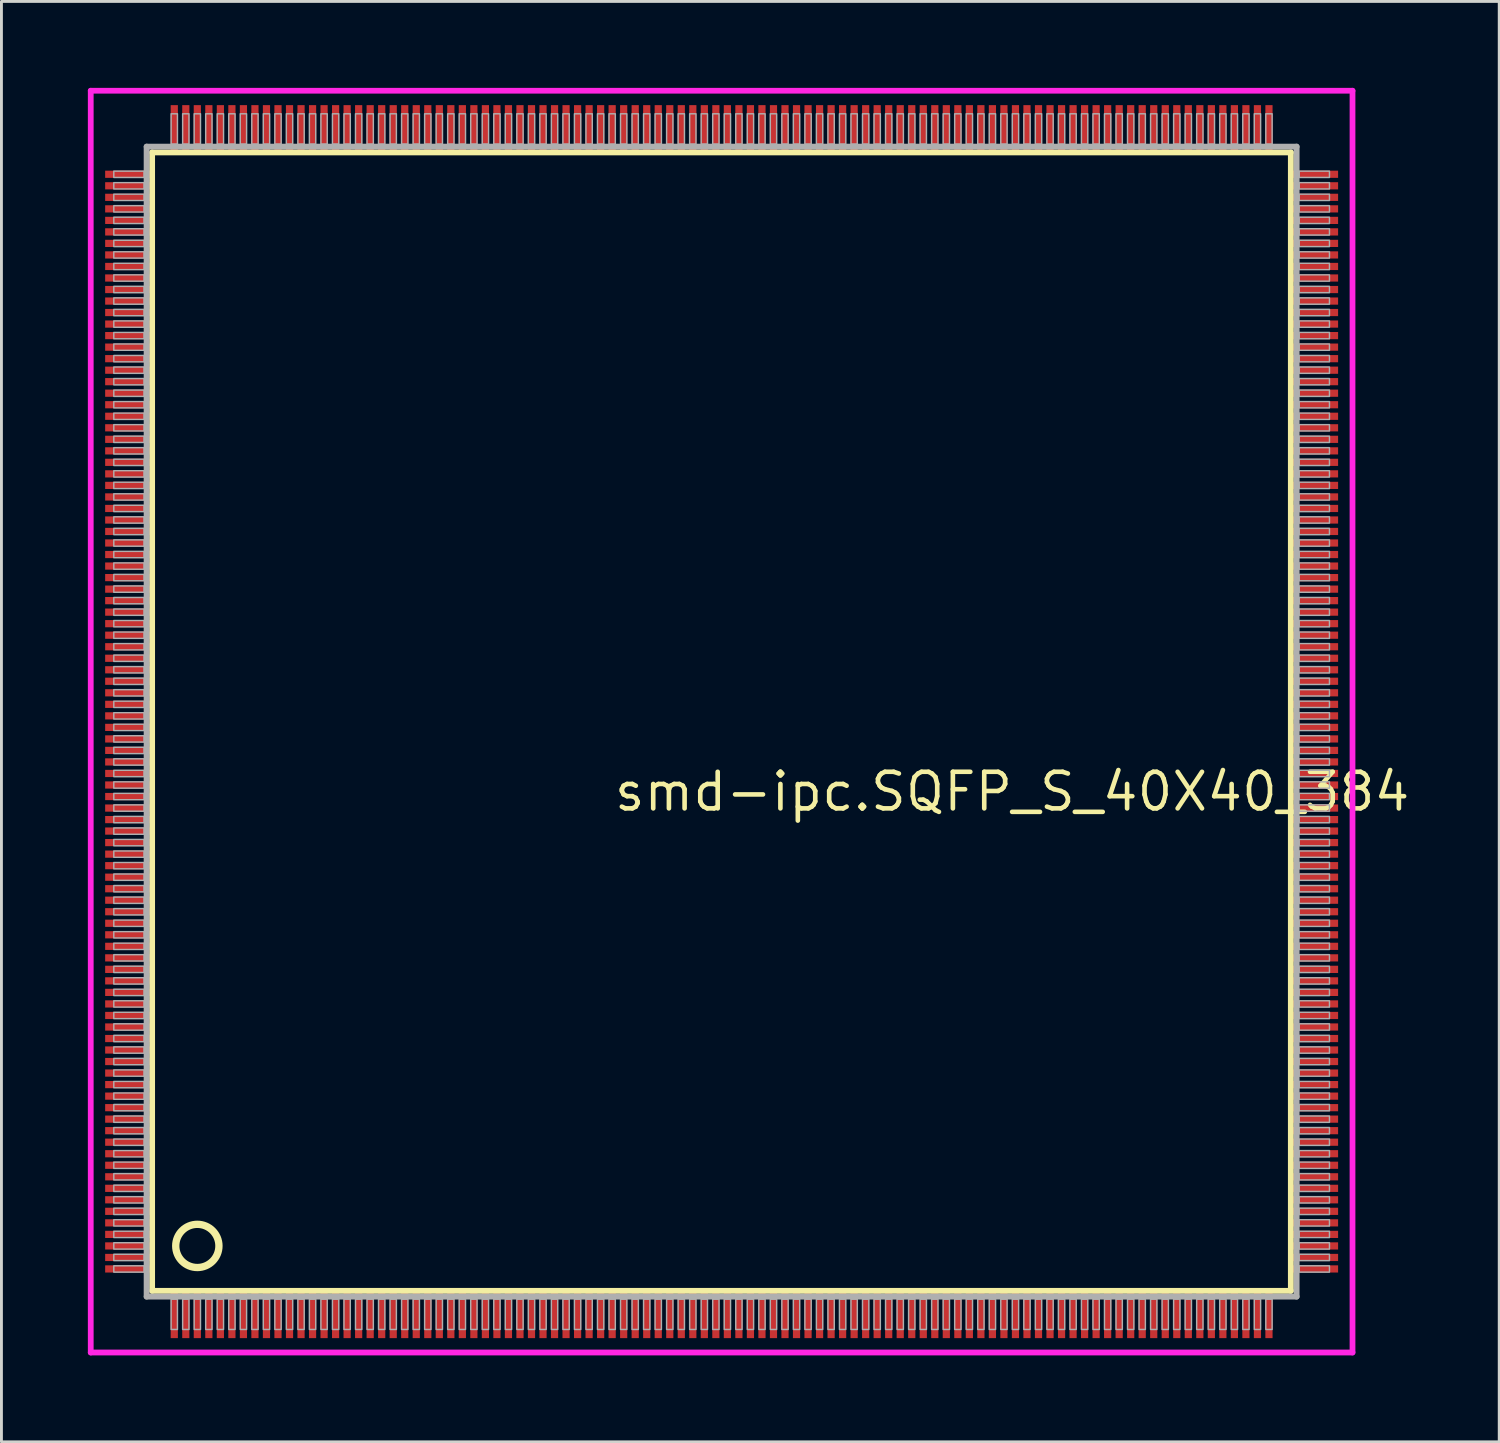
<source format=kicad_pcb>
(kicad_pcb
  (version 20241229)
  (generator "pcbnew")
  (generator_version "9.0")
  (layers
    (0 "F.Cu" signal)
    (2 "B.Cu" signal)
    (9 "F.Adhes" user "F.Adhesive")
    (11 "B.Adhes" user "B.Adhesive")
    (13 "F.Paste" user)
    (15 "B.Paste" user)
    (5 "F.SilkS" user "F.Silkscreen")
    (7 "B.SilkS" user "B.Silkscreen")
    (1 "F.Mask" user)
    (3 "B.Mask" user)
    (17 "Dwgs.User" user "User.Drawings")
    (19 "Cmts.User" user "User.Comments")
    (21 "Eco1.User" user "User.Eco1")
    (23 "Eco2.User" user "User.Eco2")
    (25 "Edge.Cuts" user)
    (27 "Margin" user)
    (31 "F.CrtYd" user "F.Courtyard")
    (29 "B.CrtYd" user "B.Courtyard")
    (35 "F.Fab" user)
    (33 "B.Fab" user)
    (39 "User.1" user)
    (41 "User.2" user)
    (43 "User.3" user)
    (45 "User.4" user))
  (footprint "smd-ipc.SQFP_S_40X40_384"
    (layer "F.Cu")
    (at 22 22)
    (property "Reference" "smd-ipc.SQFP_S_40X40_384" (at -3.81 3.175 0) (layer "F.SilkS") (effects (font (size 1.27 1.27) (thickness 0.16)) (justify left bottom)))
    (attr smd)
    (fp_line (start -19.77 -19.76) (end 19.76 -19.76) (stroke (width 0.203) (type default)) (layer "F.SilkS"))
    (fp_line (start -19.77 19.76) (end -19.77 -19.76) (stroke (width 0.203) (type default)) (layer "F.SilkS"))
    (fp_line (start 19.76 19.76) (end -19.77 19.76) (stroke (width 0.203) (type default)) (layer "F.SilkS"))
    (fp_line (start 19.76 -19.76) (end 19.76 19.76) (stroke (width 0.203) (type default)) (layer "F.SilkS"))
    (fp_circle (center -18.2 18.2) (end -17.45 18.2) (stroke (width 0.254) (type default)) (fill no) (layer "F.SilkS"))
    (fp_line (start -21.9 -21.9) (end 21.9 -21.9) (stroke (width 0.2) (type default)) (layer "F.CrtYd"))
    (fp_line (start -21.9 21.9) (end -21.9 -21.9) (stroke (width 0.2) (type default)) (layer "F.CrtYd"))
    (fp_line (start 21.9 -21.9) (end 21.9 21.9) (stroke (width 0.2) (type default)) (layer "F.CrtYd"))
    (fp_line (start 21.9 21.9) (end -21.9 21.9) (stroke (width 0.2) (type default)) (layer "F.CrtYd"))
    (fp_line (start -19.96 -19.96) (end -19.96 19.96) (stroke (width 0.203) (type default)) (layer "F.Fab"))
    (fp_line (start -19.96 19.96) (end 19.96 19.96) (stroke (width 0.203) (type default)) (layer "F.Fab"))
    (fp_line (start 19.96 -19.96) (end -19.96 -19.96) (stroke (width 0.203) (type default)) (layer "F.Fab"))
    (fp_line (start 19.96 19.96) (end 19.96 -19.96) (stroke (width 0.203) (type default)) (layer "F.Fab"))
    (fp_rect (start -21.1 -18.89) (end -20.05 -19.11) (stroke (width 0.05) (type default)) (fill no) (layer "F.Fab"))
    (fp_rect (start -21.1 -18.49) (end -20.05 -18.71) (stroke (width 0.05) (type default)) (fill no) (layer "F.Fab"))
    (fp_rect (start -21.1 -18.09) (end -20.05 -18.31) (stroke (width 0.05) (type default)) (fill no) (layer "F.Fab"))
    (fp_rect (start -21.1 -17.69) (end -20.05 -17.91) (stroke (width 0.05) (type default)) (fill no) (layer "F.Fab"))
    (fp_rect (start -21.1 -17.29) (end -20.05 -17.51) (stroke (width 0.05) (type default)) (fill no) (layer "F.Fab"))
    (fp_rect (start -21.1 -16.89) (end -20.05 -17.11) (stroke (width 0.05) (type default)) (fill no) (layer "F.Fab"))
    (fp_rect (start -21.1 -16.49) (end -20.05 -16.71) (stroke (width 0.05) (type default)) (fill no) (layer "F.Fab"))
    (fp_rect (start -21.1 -16.09) (end -20.05 -16.31) (stroke (width 0.05) (type default)) (fill no) (layer "F.Fab"))
    (fp_rect (start -21.1 -15.69) (end -20.05 -15.91) (stroke (width 0.05) (type default)) (fill no) (layer "F.Fab"))
    (fp_rect (start -21.1 -15.29) (end -20.05 -15.51) (stroke (width 0.05) (type default)) (fill no) (layer "F.Fab"))
    (fp_rect (start -21.1 -14.89) (end -20.05 -15.11) (stroke (width 0.05) (type default)) (fill no) (layer "F.Fab"))
    (fp_rect (start -21.1 -14.49) (end -20.05 -14.71) (stroke (width 0.05) (type default)) (fill no) (layer "F.Fab"))
    (fp_rect (start -21.1 -14.09) (end -20.05 -14.31) (stroke (width 0.05) (type default)) (fill no) (layer "F.Fab"))
    (fp_rect (start -21.1 -13.69) (end -20.05 -13.91) (stroke (width 0.05) (type default)) (fill no) (layer "F.Fab"))
    (fp_rect (start -21.1 -13.29) (end -20.05 -13.51) (stroke (width 0.05) (type default)) (fill no) (layer "F.Fab"))
    (fp_rect (start -21.1 -12.89) (end -20.05 -13.11) (stroke (width 0.05) (type default)) (fill no) (layer "F.Fab"))
    (fp_rect (start -21.1 -12.49) (end -20.05 -12.71) (stroke (width 0.05) (type default)) (fill no) (layer "F.Fab"))
    (fp_rect (start -21.1 -12.09) (end -20.05 -12.31) (stroke (width 0.05) (type default)) (fill no) (layer "F.Fab"))
    (fp_rect (start -21.1 -11.69) (end -20.05 -11.91) (stroke (width 0.05) (type default)) (fill no) (layer "F.Fab"))
    (fp_rect (start -21.1 -11.29) (end -20.05 -11.51) (stroke (width 0.05) (type default)) (fill no) (layer "F.Fab"))
    (fp_rect (start -21.1 -10.89) (end -20.05 -11.11) (stroke (width 0.05) (type default)) (fill no) (layer "F.Fab"))
    (fp_rect (start -21.1 -10.49) (end -20.05 -10.71) (stroke (width 0.05) (type default)) (fill no) (layer "F.Fab"))
    (fp_rect (start -21.1 -10.09) (end -20.05 -10.31) (stroke (width 0.05) (type default)) (fill no) (layer "F.Fab"))
    (fp_rect (start -21.1 -9.69) (end -20.05 -9.91) (stroke (width 0.05) (type default)) (fill no) (layer "F.Fab"))
    (fp_rect (start -21.1 -9.29) (end -20.05 -9.51) (stroke (width 0.05) (type default)) (fill no) (layer "F.Fab"))
    (fp_rect (start -21.1 -8.89) (end -20.05 -9.11) (stroke (width 0.05) (type default)) (fill no) (layer "F.Fab"))
    (fp_rect (start -21.1 -8.49) (end -20.05 -8.71) (stroke (width 0.05) (type default)) (fill no) (layer "F.Fab"))
    (fp_rect (start -21.1 -8.09) (end -20.05 -8.31) (stroke (width 0.05) (type default)) (fill no) (layer "F.Fab"))
    (fp_rect (start -21.1 -7.69) (end -20.05 -7.91) (stroke (width 0.05) (type default)) (fill no) (layer "F.Fab"))
    (fp_rect (start -21.1 -7.29) (end -20.05 -7.51) (stroke (width 0.05) (type default)) (fill no) (layer "F.Fab"))
    (fp_rect (start -21.1 -6.89) (end -20.05 -7.11) (stroke (width 0.05) (type default)) (fill no) (layer "F.Fab"))
    (fp_rect (start -21.1 -6.49) (end -20.05 -6.71) (stroke (width 0.05) (type default)) (fill no) (layer "F.Fab"))
    (fp_rect (start -21.1 -6.09) (end -20.05 -6.31) (stroke (width 0.05) (type default)) (fill no) (layer "F.Fab"))
    (fp_rect (start -21.1 -5.69) (end -20.05 -5.91) (stroke (width 0.05) (type default)) (fill no) (layer "F.Fab"))
    (fp_rect (start -21.1 -5.29) (end -20.05 -5.51) (stroke (width 0.05) (type default)) (fill no) (layer "F.Fab"))
    (fp_rect (start -21.1 -4.89) (end -20.05 -5.11) (stroke (width 0.05) (type default)) (fill no) (layer "F.Fab"))
    (fp_rect (start -21.1 -4.49) (end -20.05 -4.71) (stroke (width 0.05) (type default)) (fill no) (layer "F.Fab"))
    (fp_rect (start -21.1 -4.09) (end -20.05 -4.31) (stroke (width 0.05) (type default)) (fill no) (layer "F.Fab"))
    (fp_rect (start -21.1 -3.69) (end -20.05 -3.91) (stroke (width 0.05) (type default)) (fill no) (layer "F.Fab"))
    (fp_rect (start -21.1 -3.29) (end -20.05 -3.51) (stroke (width 0.05) (type default)) (fill no) (layer "F.Fab"))
    (fp_rect (start -21.1 -2.89) (end -20.05 -3.11) (stroke (width 0.05) (type default)) (fill no) (layer "F.Fab"))
    (fp_rect (start -21.1 -2.49) (end -20.05 -2.71) (stroke (width 0.05) (type default)) (fill no) (layer "F.Fab"))
    (fp_rect (start -21.1 -2.09) (end -20.05 -2.31) (stroke (width 0.05) (type default)) (fill no) (layer "F.Fab"))
    (fp_rect (start -21.1 -1.69) (end -20.05 -1.91) (stroke (width 0.05) (type default)) (fill no) (layer "F.Fab"))
    (fp_rect (start -21.1 -1.29) (end -20.05 -1.51) (stroke (width 0.05) (type default)) (fill no) (layer "F.Fab"))
    (fp_rect (start -21.1 -0.89) (end -20.05 -1.11) (stroke (width 0.05) (type default)) (fill no) (layer "F.Fab"))
    (fp_rect (start -21.1 -0.49) (end -20.05 -0.71) (stroke (width 0.05) (type default)) (fill no) (layer "F.Fab"))
    (fp_rect (start -21.1 -0.09) (end -20.05 -0.31) (stroke (width 0.05) (type default)) (fill no) (layer "F.Fab"))
    (fp_rect (start -21.1 0.31) (end -20.05 0.09) (stroke (width 0.05) (type default)) (fill no) (layer "F.Fab"))
    (fp_rect (start -21.1 0.71) (end -20.05 0.49) (stroke (width 0.05) (type default)) (fill no) (layer "F.Fab"))
    (fp_rect (start -21.1 1.11) (end -20.05 0.89) (stroke (width 0.05) (type default)) (fill no) (layer "F.Fab"))
    (fp_rect (start -21.1 1.51) (end -20.05 1.29) (stroke (width 0.05) (type default)) (fill no) (layer "F.Fab"))
    (fp_rect (start -21.1 1.91) (end -20.05 1.69) (stroke (width 0.05) (type default)) (fill no) (layer "F.Fab"))
    (fp_rect (start -21.1 2.31) (end -20.05 2.09) (stroke (width 0.05) (type default)) (fill no) (layer "F.Fab"))
    (fp_rect (start -21.1 2.71) (end -20.05 2.49) (stroke (width 0.05) (type default)) (fill no) (layer "F.Fab"))
    (fp_rect (start -21.1 3.11) (end -20.05 2.89) (stroke (width 0.05) (type default)) (fill no) (layer "F.Fab"))
    (fp_rect (start -21.1 3.51) (end -20.05 3.29) (stroke (width 0.05) (type default)) (fill no) (layer "F.Fab"))
    (fp_rect (start -21.1 3.91) (end -20.05 3.69) (stroke (width 0.05) (type default)) (fill no) (layer "F.Fab"))
    (fp_rect (start -21.1 4.31) (end -20.05 4.09) (stroke (width 0.05) (type default)) (fill no) (layer "F.Fab"))
    (fp_rect (start -21.1 4.71) (end -20.05 4.49) (stroke (width 0.05) (type default)) (fill no) (layer "F.Fab"))
    (fp_rect (start -21.1 5.11) (end -20.05 4.89) (stroke (width 0.05) (type default)) (fill no) (layer "F.Fab"))
    (fp_rect (start -21.1 5.51) (end -20.05 5.29) (stroke (width 0.05) (type default)) (fill no) (layer "F.Fab"))
    (fp_rect (start -21.1 5.91) (end -20.05 5.69) (stroke (width 0.05) (type default)) (fill no) (layer "F.Fab"))
    (fp_rect (start -21.1 6.31) (end -20.05 6.09) (stroke (width 0.05) (type default)) (fill no) (layer "F.Fab"))
    (fp_rect (start -21.1 6.71) (end -20.05 6.49) (stroke (width 0.05) (type default)) (fill no) (layer "F.Fab"))
    (fp_rect (start -21.1 7.11) (end -20.05 6.89) (stroke (width 0.05) (type default)) (fill no) (layer "F.Fab"))
    (fp_rect (start -21.1 7.51) (end -20.05 7.29) (stroke (width 0.05) (type default)) (fill no) (layer "F.Fab"))
    (fp_rect (start -21.1 7.91) (end -20.05 7.69) (stroke (width 0.05) (type default)) (fill no) (layer "F.Fab"))
    (fp_rect (start -21.1 8.31) (end -20.05 8.09) (stroke (width 0.05) (type default)) (fill no) (layer "F.Fab"))
    (fp_rect (start -21.1 8.71) (end -20.05 8.49) (stroke (width 0.05) (type default)) (fill no) (layer "F.Fab"))
    (fp_rect (start -21.1 9.11) (end -20.05 8.89) (stroke (width 0.05) (type default)) (fill no) (layer "F.Fab"))
    (fp_rect (start -21.1 9.51) (end -20.05 9.29) (stroke (width 0.05) (type default)) (fill no) (layer "F.Fab"))
    (fp_rect (start -21.1 9.91) (end -20.05 9.69) (stroke (width 0.05) (type default)) (fill no) (layer "F.Fab"))
    (fp_rect (start -21.1 10.31) (end -20.05 10.09) (stroke (width 0.05) (type default)) (fill no) (layer "F.Fab"))
    (fp_rect (start -21.1 10.71) (end -20.05 10.49) (stroke (width 0.05) (type default)) (fill no) (layer "F.Fab"))
    (fp_rect (start -21.1 11.11) (end -20.05 10.89) (stroke (width 0.05) (type default)) (fill no) (layer "F.Fab"))
    (fp_rect (start -21.1 11.51) (end -20.05 11.29) (stroke (width 0.05) (type default)) (fill no) (layer "F.Fab"))
    (fp_rect (start -21.1 11.91) (end -20.05 11.69) (stroke (width 0.05) (type default)) (fill no) (layer "F.Fab"))
    (fp_rect (start -21.1 12.31) (end -20.05 12.09) (stroke (width 0.05) (type default)) (fill no) (layer "F.Fab"))
    (fp_rect (start -21.1 12.71) (end -20.05 12.49) (stroke (width 0.05) (type default)) (fill no) (layer "F.Fab"))
    (fp_rect (start -21.1 13.11) (end -20.05 12.89) (stroke (width 0.05) (type default)) (fill no) (layer "F.Fab"))
    (fp_rect (start -21.1 13.51) (end -20.05 13.29) (stroke (width 0.05) (type default)) (fill no) (layer "F.Fab"))
    (fp_rect (start -21.1 13.91) (end -20.05 13.69) (stroke (width 0.05) (type default)) (fill no) (layer "F.Fab"))
    (fp_rect (start -21.1 14.31) (end -20.05 14.09) (stroke (width 0.05) (type default)) (fill no) (layer "F.Fab"))
    (fp_rect (start -21.1 14.71) (end -20.05 14.49) (stroke (width 0.05) (type default)) (fill no) (layer "F.Fab"))
    (fp_rect (start -21.1 15.11) (end -20.05 14.89) (stroke (width 0.05) (type default)) (fill no) (layer "F.Fab"))
    (fp_rect (start -21.1 15.51) (end -20.05 15.29) (stroke (width 0.05) (type default)) (fill no) (layer "F.Fab"))
    (fp_rect (start -21.1 15.91) (end -20.05 15.69) (stroke (width 0.05) (type default)) (fill no) (layer "F.Fab"))
    (fp_rect (start -21.1 16.31) (end -20.05 16.09) (stroke (width 0.05) (type default)) (fill no) (layer "F.Fab"))
    (fp_rect (start -21.1 16.71) (end -20.05 16.49) (stroke (width 0.05) (type default)) (fill no) (layer "F.Fab"))
    (fp_rect (start -21.1 17.11) (end -20.05 16.89) (stroke (width 0.05) (type default)) (fill no) (layer "F.Fab"))
    (fp_rect (start -21.1 17.51) (end -20.05 17.29) (stroke (width 0.05) (type default)) (fill no) (layer "F.Fab"))
    (fp_rect (start -21.1 17.91) (end -20.05 17.69) (stroke (width 0.05) (type default)) (fill no) (layer "F.Fab"))
    (fp_rect (start -21.1 18.31) (end -20.05 18.09) (stroke (width 0.05) (type default)) (fill no) (layer "F.Fab"))
    (fp_rect (start -21.1 18.71) (end -20.05 18.49) (stroke (width 0.05) (type default)) (fill no) (layer "F.Fab"))
    (fp_rect (start -21.1 19.11) (end -20.05 18.89) (stroke (width 0.05) (type default)) (fill no) (layer "F.Fab"))
    (fp_rect (start -19.11 -20.05) (end -18.89 -21.1) (stroke (width 0.05) (type default)) (fill no) (layer "F.Fab"))
    (fp_rect (start -19.11 21.1) (end -18.89 20.05) (stroke (width 0.05) (type default)) (fill no) (layer "F.Fab"))
    (fp_rect (start -18.71 -20.05) (end -18.49 -21.1) (stroke (width 0.05) (type default)) (fill no) (layer "F.Fab"))
    (fp_rect (start -18.71 21.1) (end -18.49 20.05) (stroke (width 0.05) (type default)) (fill no) (layer "F.Fab"))
    (fp_rect (start -18.31 -20.05) (end -18.09 -21.1) (stroke (width 0.05) (type default)) (fill no) (layer "F.Fab"))
    (fp_rect (start -18.31 21.1) (end -18.09 20.05) (stroke (width 0.05) (type default)) (fill no) (layer "F.Fab"))
    (fp_rect (start -17.91 -20.05) (end -17.69 -21.1) (stroke (width 0.05) (type default)) (fill no) (layer "F.Fab"))
    (fp_rect (start -17.91 21.1) (end -17.69 20.05) (stroke (width 0.05) (type default)) (fill no) (layer "F.Fab"))
    (fp_rect (start -17.51 -20.05) (end -17.29 -21.1) (stroke (width 0.05) (type default)) (fill no) (layer "F.Fab"))
    (fp_rect (start -17.51 21.1) (end -17.29 20.05) (stroke (width 0.05) (type default)) (fill no) (layer "F.Fab"))
    (fp_rect (start -17.11 -20.05) (end -16.89 -21.1) (stroke (width 0.05) (type default)) (fill no) (layer "F.Fab"))
    (fp_rect (start -17.11 21.1) (end -16.89 20.05) (stroke (width 0.05) (type default)) (fill no) (layer "F.Fab"))
    (fp_rect (start -16.71 -20.05) (end -16.49 -21.1) (stroke (width 0.05) (type default)) (fill no) (layer "F.Fab"))
    (fp_rect (start -16.71 21.1) (end -16.49 20.05) (stroke (width 0.05) (type default)) (fill no) (layer "F.Fab"))
    (fp_rect (start -16.31 -20.05) (end -16.09 -21.1) (stroke (width 0.05) (type default)) (fill no) (layer "F.Fab"))
    (fp_rect (start -16.31 21.1) (end -16.09 20.05) (stroke (width 0.05) (type default)) (fill no) (layer "F.Fab"))
    (fp_rect (start -15.91 -20.05) (end -15.69 -21.1) (stroke (width 0.05) (type default)) (fill no) (layer "F.Fab"))
    (fp_rect (start -15.91 21.1) (end -15.69 20.05) (stroke (width 0.05) (type default)) (fill no) (layer "F.Fab"))
    (fp_rect (start -15.51 -20.05) (end -15.29 -21.1) (stroke (width 0.05) (type default)) (fill no) (layer "F.Fab"))
    (fp_rect (start -15.51 21.1) (end -15.29 20.05) (stroke (width 0.05) (type default)) (fill no) (layer "F.Fab"))
    (fp_rect (start -15.11 -20.05) (end -14.89 -21.1) (stroke (width 0.05) (type default)) (fill no) (layer "F.Fab"))
    (fp_rect (start -15.11 21.1) (end -14.89 20.05) (stroke (width 0.05) (type default)) (fill no) (layer "F.Fab"))
    (fp_rect (start -14.71 -20.05) (end -14.49 -21.1) (stroke (width 0.05) (type default)) (fill no) (layer "F.Fab"))
    (fp_rect (start -14.71 21.1) (end -14.49 20.05) (stroke (width 0.05) (type default)) (fill no) (layer "F.Fab"))
    (fp_rect (start -14.31 -20.05) (end -14.09 -21.1) (stroke (width 0.05) (type default)) (fill no) (layer "F.Fab"))
    (fp_rect (start -14.31 21.1) (end -14.09 20.05) (stroke (width 0.05) (type default)) (fill no) (layer "F.Fab"))
    (fp_rect (start -13.91 -20.05) (end -13.69 -21.1) (stroke (width 0.05) (type default)) (fill no) (layer "F.Fab"))
    (fp_rect (start -13.91 21.1) (end -13.69 20.05) (stroke (width 0.05) (type default)) (fill no) (layer "F.Fab"))
    (fp_rect (start -13.51 -20.05) (end -13.29 -21.1) (stroke (width 0.05) (type default)) (fill no) (layer "F.Fab"))
    (fp_rect (start -13.51 21.1) (end -13.29 20.05) (stroke (width 0.05) (type default)) (fill no) (layer "F.Fab"))
    (fp_rect (start -13.11 -20.05) (end -12.89 -21.1) (stroke (width 0.05) (type default)) (fill no) (layer "F.Fab"))
    (fp_rect (start -13.11 21.1) (end -12.89 20.05) (stroke (width 0.05) (type default)) (fill no) (layer "F.Fab"))
    (fp_rect (start -12.71 -20.05) (end -12.49 -21.1) (stroke (width 0.05) (type default)) (fill no) (layer "F.Fab"))
    (fp_rect (start -12.71 21.1) (end -12.49 20.05) (stroke (width 0.05) (type default)) (fill no) (layer "F.Fab"))
    (fp_rect (start -12.31 -20.05) (end -12.09 -21.1) (stroke (width 0.05) (type default)) (fill no) (layer "F.Fab"))
    (fp_rect (start -12.31 21.1) (end -12.09 20.05) (stroke (width 0.05) (type default)) (fill no) (layer "F.Fab"))
    (fp_rect (start -11.91 -20.05) (end -11.69 -21.1) (stroke (width 0.05) (type default)) (fill no) (layer "F.Fab"))
    (fp_rect (start -11.91 21.1) (end -11.69 20.05) (stroke (width 0.05) (type default)) (fill no) (layer "F.Fab"))
    (fp_rect (start -11.51 -20.05) (end -11.29 -21.1) (stroke (width 0.05) (type default)) (fill no) (layer "F.Fab"))
    (fp_rect (start -11.51 21.1) (end -11.29 20.05) (stroke (width 0.05) (type default)) (fill no) (layer "F.Fab"))
    (fp_rect (start -11.11 -20.05) (end -10.89 -21.1) (stroke (width 0.05) (type default)) (fill no) (layer "F.Fab"))
    (fp_rect (start -11.11 21.1) (end -10.89 20.05) (stroke (width 0.05) (type default)) (fill no) (layer "F.Fab"))
    (fp_rect (start -10.71 -20.05) (end -10.49 -21.1) (stroke (width 0.05) (type default)) (fill no) (layer "F.Fab"))
    (fp_rect (start -10.71 21.1) (end -10.49 20.05) (stroke (width 0.05) (type default)) (fill no) (layer "F.Fab"))
    (fp_rect (start -10.31 -20.05) (end -10.09 -21.1) (stroke (width 0.05) (type default)) (fill no) (layer "F.Fab"))
    (fp_rect (start -10.31 21.1) (end -10.09 20.05) (stroke (width 0.05) (type default)) (fill no) (layer "F.Fab"))
    (fp_rect (start -9.91 -20.05) (end -9.69 -21.1) (stroke (width 0.05) (type default)) (fill no) (layer "F.Fab"))
    (fp_rect (start -9.91 21.1) (end -9.69 20.05) (stroke (width 0.05) (type default)) (fill no) (layer "F.Fab"))
    (fp_rect (start -9.51 -20.05) (end -9.29 -21.1) (stroke (width 0.05) (type default)) (fill no) (layer "F.Fab"))
    (fp_rect (start -9.51 21.1) (end -9.29 20.05) (stroke (width 0.05) (type default)) (fill no) (layer "F.Fab"))
    (fp_rect (start -9.11 -20.05) (end -8.89 -21.1) (stroke (width 0.05) (type default)) (fill no) (layer "F.Fab"))
    (fp_rect (start -9.11 21.1) (end -8.89 20.05) (stroke (width 0.05) (type default)) (fill no) (layer "F.Fab"))
    (fp_rect (start -8.71 -20.05) (end -8.49 -21.1) (stroke (width 0.05) (type default)) (fill no) (layer "F.Fab"))
    (fp_rect (start -8.71 21.1) (end -8.49 20.05) (stroke (width 0.05) (type default)) (fill no) (layer "F.Fab"))
    (fp_rect (start -8.31 -20.05) (end -8.09 -21.1) (stroke (width 0.05) (type default)) (fill no) (layer "F.Fab"))
    (fp_rect (start -8.31 21.1) (end -8.09 20.05) (stroke (width 0.05) (type default)) (fill no) (layer "F.Fab"))
    (fp_rect (start -7.91 -20.05) (end -7.69 -21.1) (stroke (width 0.05) (type default)) (fill no) (layer "F.Fab"))
    (fp_rect (start -7.91 21.1) (end -7.69 20.05) (stroke (width 0.05) (type default)) (fill no) (layer "F.Fab"))
    (fp_rect (start -7.51 -20.05) (end -7.29 -21.1) (stroke (width 0.05) (type default)) (fill no) (layer "F.Fab"))
    (fp_rect (start -7.51 21.1) (end -7.29 20.05) (stroke (width 0.05) (type default)) (fill no) (layer "F.Fab"))
    (fp_rect (start -7.11 -20.05) (end -6.89 -21.1) (stroke (width 0.05) (type default)) (fill no) (layer "F.Fab"))
    (fp_rect (start -7.11 21.1) (end -6.89 20.05) (stroke (width 0.05) (type default)) (fill no) (layer "F.Fab"))
    (fp_rect (start -6.71 -20.05) (end -6.49 -21.1) (stroke (width 0.05) (type default)) (fill no) (layer "F.Fab"))
    (fp_rect (start -6.71 21.1) (end -6.49 20.05) (stroke (width 0.05) (type default)) (fill no) (layer "F.Fab"))
    (fp_rect (start -6.31 -20.05) (end -6.09 -21.1) (stroke (width 0.05) (type default)) (fill no) (layer "F.Fab"))
    (fp_rect (start -6.31 21.1) (end -6.09 20.05) (stroke (width 0.05) (type default)) (fill no) (layer "F.Fab"))
    (fp_rect (start -5.91 -20.05) (end -5.69 -21.1) (stroke (width 0.05) (type default)) (fill no) (layer "F.Fab"))
    (fp_rect (start -5.91 21.1) (end -5.69 20.05) (stroke (width 0.05) (type default)) (fill no) (layer "F.Fab"))
    (fp_rect (start -5.51 -20.05) (end -5.29 -21.1) (stroke (width 0.05) (type default)) (fill no) (layer "F.Fab"))
    (fp_rect (start -5.51 21.1) (end -5.29 20.05) (stroke (width 0.05) (type default)) (fill no) (layer "F.Fab"))
    (fp_rect (start -5.11 -20.05) (end -4.89 -21.1) (stroke (width 0.05) (type default)) (fill no) (layer "F.Fab"))
    (fp_rect (start -5.11 21.1) (end -4.89 20.05) (stroke (width 0.05) (type default)) (fill no) (layer "F.Fab"))
    (fp_rect (start -4.71 -20.05) (end -4.49 -21.1) (stroke (width 0.05) (type default)) (fill no) (layer "F.Fab"))
    (fp_rect (start -4.71 21.1) (end -4.49 20.05) (stroke (width 0.05) (type default)) (fill no) (layer "F.Fab"))
    (fp_rect (start -4.31 -20.05) (end -4.09 -21.1) (stroke (width 0.05) (type default)) (fill no) (layer "F.Fab"))
    (fp_rect (start -4.31 21.1) (end -4.09 20.05) (stroke (width 0.05) (type default)) (fill no) (layer "F.Fab"))
    (fp_rect (start -3.91 -20.05) (end -3.69 -21.1) (stroke (width 0.05) (type default)) (fill no) (layer "F.Fab"))
    (fp_rect (start -3.91 21.1) (end -3.69 20.05) (stroke (width 0.05) (type default)) (fill no) (layer "F.Fab"))
    (fp_rect (start -3.51 -20.05) (end -3.29 -21.1) (stroke (width 0.05) (type default)) (fill no) (layer "F.Fab"))
    (fp_rect (start -3.51 21.1) (end -3.29 20.05) (stroke (width 0.05) (type default)) (fill no) (layer "F.Fab"))
    (fp_rect (start -3.11 -20.05) (end -2.89 -21.1) (stroke (width 0.05) (type default)) (fill no) (layer "F.Fab"))
    (fp_rect (start -3.11 21.1) (end -2.89 20.05) (stroke (width 0.05) (type default)) (fill no) (layer "F.Fab"))
    (fp_rect (start -2.71 -20.05) (end -2.49 -21.1) (stroke (width 0.05) (type default)) (fill no) (layer "F.Fab"))
    (fp_rect (start -2.71 21.1) (end -2.49 20.05) (stroke (width 0.05) (type default)) (fill no) (layer "F.Fab"))
    (fp_rect (start -2.31 -20.05) (end -2.09 -21.1) (stroke (width 0.05) (type default)) (fill no) (layer "F.Fab"))
    (fp_rect (start -2.31 21.1) (end -2.09 20.05) (stroke (width 0.05) (type default)) (fill no) (layer "F.Fab"))
    (fp_rect (start -1.91 -20.05) (end -1.69 -21.1) (stroke (width 0.05) (type default)) (fill no) (layer "F.Fab"))
    (fp_rect (start -1.91 21.1) (end -1.69 20.05) (stroke (width 0.05) (type default)) (fill no) (layer "F.Fab"))
    (fp_rect (start -1.51 -20.05) (end -1.29 -21.1) (stroke (width 0.05) (type default)) (fill no) (layer "F.Fab"))
    (fp_rect (start -1.51 21.1) (end -1.29 20.05) (stroke (width 0.05) (type default)) (fill no) (layer "F.Fab"))
    (fp_rect (start -1.11 -20.05) (end -0.89 -21.1) (stroke (width 0.05) (type default)) (fill no) (layer "F.Fab"))
    (fp_rect (start -1.11 21.1) (end -0.89 20.05) (stroke (width 0.05) (type default)) (fill no) (layer "F.Fab"))
    (fp_rect (start -0.71 -20.05) (end -0.49 -21.1) (stroke (width 0.05) (type default)) (fill no) (layer "F.Fab"))
    (fp_rect (start -0.71 21.1) (end -0.49 20.05) (stroke (width 0.05) (type default)) (fill no) (layer "F.Fab"))
    (fp_rect (start -0.31 -20.05) (end -0.09 -21.1) (stroke (width 0.05) (type default)) (fill no) (layer "F.Fab"))
    (fp_rect (start -0.31 21.1) (end -0.09 20.05) (stroke (width 0.05) (type default)) (fill no) (layer "F.Fab"))
    (fp_rect (start 0.09 -20.05) (end 0.31 -21.1) (stroke (width 0.05) (type default)) (fill no) (layer "F.Fab"))
    (fp_rect (start 0.09 21.1) (end 0.31 20.05) (stroke (width 0.05) (type default)) (fill no) (layer "F.Fab"))
    (fp_rect (start 0.49 -20.05) (end 0.71 -21.1) (stroke (width 0.05) (type default)) (fill no) (layer "F.Fab"))
    (fp_rect (start 0.49 21.1) (end 0.71 20.05) (stroke (width 0.05) (type default)) (fill no) (layer "F.Fab"))
    (fp_rect (start 0.89 -20.05) (end 1.11 -21.1) (stroke (width 0.05) (type default)) (fill no) (layer "F.Fab"))
    (fp_rect (start 0.89 21.1) (end 1.11 20.05) (stroke (width 0.05) (type default)) (fill no) (layer "F.Fab"))
    (fp_rect (start 1.29 -20.05) (end 1.51 -21.1) (stroke (width 0.05) (type default)) (fill no) (layer "F.Fab"))
    (fp_rect (start 1.29 21.1) (end 1.51 20.05) (stroke (width 0.05) (type default)) (fill no) (layer "F.Fab"))
    (fp_rect (start 1.69 -20.05) (end 1.91 -21.1) (stroke (width 0.05) (type default)) (fill no) (layer "F.Fab"))
    (fp_rect (start 1.69 21.1) (end 1.91 20.05) (stroke (width 0.05) (type default)) (fill no) (layer "F.Fab"))
    (fp_rect (start 2.09 -20.05) (end 2.31 -21.1) (stroke (width 0.05) (type default)) (fill no) (layer "F.Fab"))
    (fp_rect (start 2.09 21.1) (end 2.31 20.05) (stroke (width 0.05) (type default)) (fill no) (layer "F.Fab"))
    (fp_rect (start 2.49 -20.05) (end 2.71 -21.1) (stroke (width 0.05) (type default)) (fill no) (layer "F.Fab"))
    (fp_rect (start 2.49 21.1) (end 2.71 20.05) (stroke (width 0.05) (type default)) (fill no) (layer "F.Fab"))
    (fp_rect (start 2.89 -20.05) (end 3.11 -21.1) (stroke (width 0.05) (type default)) (fill no) (layer "F.Fab"))
    (fp_rect (start 2.89 21.1) (end 3.11 20.05) (stroke (width 0.05) (type default)) (fill no) (layer "F.Fab"))
    (fp_rect (start 3.29 -20.05) (end 3.51 -21.1) (stroke (width 0.05) (type default)) (fill no) (layer "F.Fab"))
    (fp_rect (start 3.29 21.1) (end 3.51 20.05) (stroke (width 0.05) (type default)) (fill no) (layer "F.Fab"))
    (fp_rect (start 3.69 -20.05) (end 3.91 -21.1) (stroke (width 0.05) (type default)) (fill no) (layer "F.Fab"))
    (fp_rect (start 3.69 21.1) (end 3.91 20.05) (stroke (width 0.05) (type default)) (fill no) (layer "F.Fab"))
    (fp_rect (start 4.09 -20.05) (end 4.31 -21.1) (stroke (width 0.05) (type default)) (fill no) (layer "F.Fab"))
    (fp_rect (start 4.09 21.1) (end 4.31 20.05) (stroke (width 0.05) (type default)) (fill no) (layer "F.Fab"))
    (fp_rect (start 4.49 -20.05) (end 4.71 -21.1) (stroke (width 0.05) (type default)) (fill no) (layer "F.Fab"))
    (fp_rect (start 4.49 21.1) (end 4.71 20.05) (stroke (width 0.05) (type default)) (fill no) (layer "F.Fab"))
    (fp_rect (start 4.89 -20.05) (end 5.11 -21.1) (stroke (width 0.05) (type default)) (fill no) (layer "F.Fab"))
    (fp_rect (start 4.89 21.1) (end 5.11 20.05) (stroke (width 0.05) (type default)) (fill no) (layer "F.Fab"))
    (fp_rect (start 5.29 -20.05) (end 5.51 -21.1) (stroke (width 0.05) (type default)) (fill no) (layer "F.Fab"))
    (fp_rect (start 5.29 21.1) (end 5.51 20.05) (stroke (width 0.05) (type default)) (fill no) (layer "F.Fab"))
    (fp_rect (start 5.69 -20.05) (end 5.91 -21.1) (stroke (width 0.05) (type default)) (fill no) (layer "F.Fab"))
    (fp_rect (start 5.69 21.1) (end 5.91 20.05) (stroke (width 0.05) (type default)) (fill no) (layer "F.Fab"))
    (fp_rect (start 6.09 -20.05) (end 6.31 -21.1) (stroke (width 0.05) (type default)) (fill no) (layer "F.Fab"))
    (fp_rect (start 6.09 21.1) (end 6.31 20.05) (stroke (width 0.05) (type default)) (fill no) (layer "F.Fab"))
    (fp_rect (start 6.49 -20.05) (end 6.71 -21.1) (stroke (width 0.05) (type default)) (fill no) (layer "F.Fab"))
    (fp_rect (start 6.49 21.1) (end 6.71 20.05) (stroke (width 0.05) (type default)) (fill no) (layer "F.Fab"))
    (fp_rect (start 6.89 -20.05) (end 7.11 -21.1) (stroke (width 0.05) (type default)) (fill no) (layer "F.Fab"))
    (fp_rect (start 6.89 21.1) (end 7.11 20.05) (stroke (width 0.05) (type default)) (fill no) (layer "F.Fab"))
    (fp_rect (start 7.29 -20.05) (end 7.51 -21.1) (stroke (width 0.05) (type default)) (fill no) (layer "F.Fab"))
    (fp_rect (start 7.29 21.1) (end 7.51 20.05) (stroke (width 0.05) (type default)) (fill no) (layer "F.Fab"))
    (fp_rect (start 7.69 -20.05) (end 7.91 -21.1) (stroke (width 0.05) (type default)) (fill no) (layer "F.Fab"))
    (fp_rect (start 7.69 21.1) (end 7.91 20.05) (stroke (width 0.05) (type default)) (fill no) (layer "F.Fab"))
    (fp_rect (start 8.09 -20.05) (end 8.31 -21.1) (stroke (width 0.05) (type default)) (fill no) (layer "F.Fab"))
    (fp_rect (start 8.09 21.1) (end 8.31 20.05) (stroke (width 0.05) (type default)) (fill no) (layer "F.Fab"))
    (fp_rect (start 8.49 -20.05) (end 8.71 -21.1) (stroke (width 0.05) (type default)) (fill no) (layer "F.Fab"))
    (fp_rect (start 8.49 21.1) (end 8.71 20.05) (stroke (width 0.05) (type default)) (fill no) (layer "F.Fab"))
    (fp_rect (start 8.89 -20.05) (end 9.11 -21.1) (stroke (width 0.05) (type default)) (fill no) (layer "F.Fab"))
    (fp_rect (start 8.89 21.1) (end 9.11 20.05) (stroke (width 0.05) (type default)) (fill no) (layer "F.Fab"))
    (fp_rect (start 9.29 -20.05) (end 9.51 -21.1) (stroke (width 0.05) (type default)) (fill no) (layer "F.Fab"))
    (fp_rect (start 9.29 21.1) (end 9.51 20.05) (stroke (width 0.05) (type default)) (fill no) (layer "F.Fab"))
    (fp_rect (start 9.69 -20.05) (end 9.91 -21.1) (stroke (width 0.05) (type default)) (fill no) (layer "F.Fab"))
    (fp_rect (start 9.69 21.1) (end 9.91 20.05) (stroke (width 0.05) (type default)) (fill no) (layer "F.Fab"))
    (fp_rect (start 10.09 -20.05) (end 10.31 -21.1) (stroke (width 0.05) (type default)) (fill no) (layer "F.Fab"))
    (fp_rect (start 10.09 21.1) (end 10.31 20.05) (stroke (width 0.05) (type default)) (fill no) (layer "F.Fab"))
    (fp_rect (start 10.49 -20.05) (end 10.71 -21.1) (stroke (width 0.05) (type default)) (fill no) (layer "F.Fab"))
    (fp_rect (start 10.49 21.1) (end 10.71 20.05) (stroke (width 0.05) (type default)) (fill no) (layer "F.Fab"))
    (fp_rect (start 10.89 -20.05) (end 11.11 -21.1) (stroke (width 0.05) (type default)) (fill no) (layer "F.Fab"))
    (fp_rect (start 10.89 21.1) (end 11.11 20.05) (stroke (width 0.05) (type default)) (fill no) (layer "F.Fab"))
    (fp_rect (start 11.29 -20.05) (end 11.51 -21.1) (stroke (width 0.05) (type default)) (fill no) (layer "F.Fab"))
    (fp_rect (start 11.29 21.1) (end 11.51 20.05) (stroke (width 0.05) (type default)) (fill no) (layer "F.Fab"))
    (fp_rect (start 11.69 -20.05) (end 11.91 -21.1) (stroke (width 0.05) (type default)) (fill no) (layer "F.Fab"))
    (fp_rect (start 11.69 21.1) (end 11.91 20.05) (stroke (width 0.05) (type default)) (fill no) (layer "F.Fab"))
    (fp_rect (start 12.09 -20.05) (end 12.31 -21.1) (stroke (width 0.05) (type default)) (fill no) (layer "F.Fab"))
    (fp_rect (start 12.09 21.1) (end 12.31 20.05) (stroke (width 0.05) (type default)) (fill no) (layer "F.Fab"))
    (fp_rect (start 12.49 -20.05) (end 12.71 -21.1) (stroke (width 0.05) (type default)) (fill no) (layer "F.Fab"))
    (fp_rect (start 12.49 21.1) (end 12.71 20.05) (stroke (width 0.05) (type default)) (fill no) (layer "F.Fab"))
    (fp_rect (start 12.89 -20.05) (end 13.11 -21.1) (stroke (width 0.05) (type default)) (fill no) (layer "F.Fab"))
    (fp_rect (start 12.89 21.1) (end 13.11 20.05) (stroke (width 0.05) (type default)) (fill no) (layer "F.Fab"))
    (fp_rect (start 13.29 -20.05) (end 13.51 -21.1) (stroke (width 0.05) (type default)) (fill no) (layer "F.Fab"))
    (fp_rect (start 13.29 21.1) (end 13.51 20.05) (stroke (width 0.05) (type default)) (fill no) (layer "F.Fab"))
    (fp_rect (start 13.69 -20.05) (end 13.91 -21.1) (stroke (width 0.05) (type default)) (fill no) (layer "F.Fab"))
    (fp_rect (start 13.69 21.1) (end 13.91 20.05) (stroke (width 0.05) (type default)) (fill no) (layer "F.Fab"))
    (fp_rect (start 14.09 -20.05) (end 14.31 -21.1) (stroke (width 0.05) (type default)) (fill no) (layer "F.Fab"))
    (fp_rect (start 14.09 21.1) (end 14.31 20.05) (stroke (width 0.05) (type default)) (fill no) (layer "F.Fab"))
    (fp_rect (start 14.49 -20.05) (end 14.71 -21.1) (stroke (width 0.05) (type default)) (fill no) (layer "F.Fab"))
    (fp_rect (start 14.49 21.1) (end 14.71 20.05) (stroke (width 0.05) (type default)) (fill no) (layer "F.Fab"))
    (fp_rect (start 14.89 -20.05) (end 15.11 -21.1) (stroke (width 0.05) (type default)) (fill no) (layer "F.Fab"))
    (fp_rect (start 14.89 21.1) (end 15.11 20.05) (stroke (width 0.05) (type default)) (fill no) (layer "F.Fab"))
    (fp_rect (start 15.29 -20.05) (end 15.51 -21.1) (stroke (width 0.05) (type default)) (fill no) (layer "F.Fab"))
    (fp_rect (start 15.29 21.1) (end 15.51 20.05) (stroke (width 0.05) (type default)) (fill no) (layer "F.Fab"))
    (fp_rect (start 15.69 -20.05) (end 15.91 -21.1) (stroke (width 0.05) (type default)) (fill no) (layer "F.Fab"))
    (fp_rect (start 15.69 21.1) (end 15.91 20.05) (stroke (width 0.05) (type default)) (fill no) (layer "F.Fab"))
    (fp_rect (start 16.09 -20.05) (end 16.31 -21.1) (stroke (width 0.05) (type default)) (fill no) (layer "F.Fab"))
    (fp_rect (start 16.09 21.1) (end 16.31 20.05) (stroke (width 0.05) (type default)) (fill no) (layer "F.Fab"))
    (fp_rect (start 16.49 -20.05) (end 16.71 -21.1) (stroke (width 0.05) (type default)) (fill no) (layer "F.Fab"))
    (fp_rect (start 16.49 21.1) (end 16.71 20.05) (stroke (width 0.05) (type default)) (fill no) (layer "F.Fab"))
    (fp_rect (start 16.89 -20.05) (end 17.11 -21.1) (stroke (width 0.05) (type default)) (fill no) (layer "F.Fab"))
    (fp_rect (start 16.89 21.1) (end 17.11 20.05) (stroke (width 0.05) (type default)) (fill no) (layer "F.Fab"))
    (fp_rect (start 17.29 -20.05) (end 17.51 -21.1) (stroke (width 0.05) (type default)) (fill no) (layer "F.Fab"))
    (fp_rect (start 17.29 21.1) (end 17.51 20.05) (stroke (width 0.05) (type default)) (fill no) (layer "F.Fab"))
    (fp_rect (start 17.69 -20.05) (end 17.91 -21.1) (stroke (width 0.05) (type default)) (fill no) (layer "F.Fab"))
    (fp_rect (start 17.69 21.1) (end 17.91 20.05) (stroke (width 0.05) (type default)) (fill no) (layer "F.Fab"))
    (fp_rect (start 18.09 -20.05) (end 18.31 -21.1) (stroke (width 0.05) (type default)) (fill no) (layer "F.Fab"))
    (fp_rect (start 18.09 21.1) (end 18.31 20.05) (stroke (width 0.05) (type default)) (fill no) (layer "F.Fab"))
    (fp_rect (start 18.49 -20.05) (end 18.71 -21.1) (stroke (width 0.05) (type default)) (fill no) (layer "F.Fab"))
    (fp_rect (start 18.49 21.1) (end 18.71 20.05) (stroke (width 0.05) (type default)) (fill no) (layer "F.Fab"))
    (fp_rect (start 18.89 -20.05) (end 19.11 -21.1) (stroke (width 0.05) (type default)) (fill no) (layer "F.Fab"))
    (fp_rect (start 18.89 21.1) (end 19.11 20.05) (stroke (width 0.05) (type default)) (fill no) (layer "F.Fab"))
    (fp_rect (start 20.05 -18.89) (end 21.1 -19.11) (stroke (width 0.05) (type default)) (fill no) (layer "F.Fab"))
    (fp_rect (start 20.05 -18.49) (end 21.1 -18.71) (stroke (width 0.05) (type default)) (fill no) (layer "F.Fab"))
    (fp_rect (start 20.05 -18.09) (end 21.1 -18.31) (stroke (width 0.05) (type default)) (fill no) (layer "F.Fab"))
    (fp_rect (start 20.05 -17.69) (end 21.1 -17.91) (stroke (width 0.05) (type default)) (fill no) (layer "F.Fab"))
    (fp_rect (start 20.05 -17.29) (end 21.1 -17.51) (stroke (width 0.05) (type default)) (fill no) (layer "F.Fab"))
    (fp_rect (start 20.05 -16.89) (end 21.1 -17.11) (stroke (width 0.05) (type default)) (fill no) (layer "F.Fab"))
    (fp_rect (start 20.05 -16.49) (end 21.1 -16.71) (stroke (width 0.05) (type default)) (fill no) (layer "F.Fab"))
    (fp_rect (start 20.05 -16.09) (end 21.1 -16.31) (stroke (width 0.05) (type default)) (fill no) (layer "F.Fab"))
    (fp_rect (start 20.05 -15.69) (end 21.1 -15.91) (stroke (width 0.05) (type default)) (fill no) (layer "F.Fab"))
    (fp_rect (start 20.05 -15.29) (end 21.1 -15.51) (stroke (width 0.05) (type default)) (fill no) (layer "F.Fab"))
    (fp_rect (start 20.05 -14.89) (end 21.1 -15.11) (stroke (width 0.05) (type default)) (fill no) (layer "F.Fab"))
    (fp_rect (start 20.05 -14.49) (end 21.1 -14.71) (stroke (width 0.05) (type default)) (fill no) (layer "F.Fab"))
    (fp_rect (start 20.05 -14.09) (end 21.1 -14.31) (stroke (width 0.05) (type default)) (fill no) (layer "F.Fab"))
    (fp_rect (start 20.05 -13.69) (end 21.1 -13.91) (stroke (width 0.05) (type default)) (fill no) (layer "F.Fab"))
    (fp_rect (start 20.05 -13.29) (end 21.1 -13.51) (stroke (width 0.05) (type default)) (fill no) (layer "F.Fab"))
    (fp_rect (start 20.05 -12.89) (end 21.1 -13.11) (stroke (width 0.05) (type default)) (fill no) (layer "F.Fab"))
    (fp_rect (start 20.05 -12.49) (end 21.1 -12.71) (stroke (width 0.05) (type default)) (fill no) (layer "F.Fab"))
    (fp_rect (start 20.05 -12.09) (end 21.1 -12.31) (stroke (width 0.05) (type default)) (fill no) (layer "F.Fab"))
    (fp_rect (start 20.05 -11.69) (end 21.1 -11.91) (stroke (width 0.05) (type default)) (fill no) (layer "F.Fab"))
    (fp_rect (start 20.05 -11.29) (end 21.1 -11.51) (stroke (width 0.05) (type default)) (fill no) (layer "F.Fab"))
    (fp_rect (start 20.05 -10.89) (end 21.1 -11.11) (stroke (width 0.05) (type default)) (fill no) (layer "F.Fab"))
    (fp_rect (start 20.05 -10.49) (end 21.1 -10.71) (stroke (width 0.05) (type default)) (fill no) (layer "F.Fab"))
    (fp_rect (start 20.05 -10.09) (end 21.1 -10.31) (stroke (width 0.05) (type default)) (fill no) (layer "F.Fab"))
    (fp_rect (start 20.05 -9.69) (end 21.1 -9.91) (stroke (width 0.05) (type default)) (fill no) (layer "F.Fab"))
    (fp_rect (start 20.05 -9.29) (end 21.1 -9.51) (stroke (width 0.05) (type default)) (fill no) (layer "F.Fab"))
    (fp_rect (start 20.05 -8.89) (end 21.1 -9.11) (stroke (width 0.05) (type default)) (fill no) (layer "F.Fab"))
    (fp_rect (start 20.05 -8.49) (end 21.1 -8.71) (stroke (width 0.05) (type default)) (fill no) (layer "F.Fab"))
    (fp_rect (start 20.05 -8.09) (end 21.1 -8.31) (stroke (width 0.05) (type default)) (fill no) (layer "F.Fab"))
    (fp_rect (start 20.05 -7.69) (end 21.1 -7.91) (stroke (width 0.05) (type default)) (fill no) (layer "F.Fab"))
    (fp_rect (start 20.05 -7.29) (end 21.1 -7.51) (stroke (width 0.05) (type default)) (fill no) (layer "F.Fab"))
    (fp_rect (start 20.05 -6.89) (end 21.1 -7.11) (stroke (width 0.05) (type default)) (fill no) (layer "F.Fab"))
    (fp_rect (start 20.05 -6.49) (end 21.1 -6.71) (stroke (width 0.05) (type default)) (fill no) (layer "F.Fab"))
    (fp_rect (start 20.05 -6.09) (end 21.1 -6.31) (stroke (width 0.05) (type default)) (fill no) (layer "F.Fab"))
    (fp_rect (start 20.05 -5.69) (end 21.1 -5.91) (stroke (width 0.05) (type default)) (fill no) (layer "F.Fab"))
    (fp_rect (start 20.05 -5.29) (end 21.1 -5.51) (stroke (width 0.05) (type default)) (fill no) (layer "F.Fab"))
    (fp_rect (start 20.05 -4.89) (end 21.1 -5.11) (stroke (width 0.05) (type default)) (fill no) (layer "F.Fab"))
    (fp_rect (start 20.05 -4.49) (end 21.1 -4.71) (stroke (width 0.05) (type default)) (fill no) (layer "F.Fab"))
    (fp_rect (start 20.05 -4.09) (end 21.1 -4.31) (stroke (width 0.05) (type default)) (fill no) (layer "F.Fab"))
    (fp_rect (start 20.05 -3.69) (end 21.1 -3.91) (stroke (width 0.05) (type default)) (fill no) (layer "F.Fab"))
    (fp_rect (start 20.05 -3.29) (end 21.1 -3.51) (stroke (width 0.05) (type default)) (fill no) (layer "F.Fab"))
    (fp_rect (start 20.05 -2.89) (end 21.1 -3.11) (stroke (width 0.05) (type default)) (fill no) (layer "F.Fab"))
    (fp_rect (start 20.05 -2.49) (end 21.1 -2.71) (stroke (width 0.05) (type default)) (fill no) (layer "F.Fab"))
    (fp_rect (start 20.05 -2.09) (end 21.1 -2.31) (stroke (width 0.05) (type default)) (fill no) (layer "F.Fab"))
    (fp_rect (start 20.05 -1.69) (end 21.1 -1.91) (stroke (width 0.05) (type default)) (fill no) (layer "F.Fab"))
    (fp_rect (start 20.05 -1.29) (end 21.1 -1.51) (stroke (width 0.05) (type default)) (fill no) (layer "F.Fab"))
    (fp_rect (start 20.05 -0.89) (end 21.1 -1.11) (stroke (width 0.05) (type default)) (fill no) (layer "F.Fab"))
    (fp_rect (start 20.05 -0.49) (end 21.1 -0.71) (stroke (width 0.05) (type default)) (fill no) (layer "F.Fab"))
    (fp_rect (start 20.05 -0.09) (end 21.1 -0.31) (stroke (width 0.05) (type default)) (fill no) (layer "F.Fab"))
    (fp_rect (start 20.05 0.31) (end 21.1 0.09) (stroke (width 0.05) (type default)) (fill no) (layer "F.Fab"))
    (fp_rect (start 20.05 0.71) (end 21.1 0.49) (stroke (width 0.05) (type default)) (fill no) (layer "F.Fab"))
    (fp_rect (start 20.05 1.11) (end 21.1 0.89) (stroke (width 0.05) (type default)) (fill no) (layer "F.Fab"))
    (fp_rect (start 20.05 1.51) (end 21.1 1.29) (stroke (width 0.05) (type default)) (fill no) (layer "F.Fab"))
    (fp_rect (start 20.05 1.91) (end 21.1 1.69) (stroke (width 0.05) (type default)) (fill no) (layer "F.Fab"))
    (fp_rect (start 20.05 2.31) (end 21.1 2.09) (stroke (width 0.05) (type default)) (fill no) (layer "F.Fab"))
    (fp_rect (start 20.05 2.71) (end 21.1 2.49) (stroke (width 0.05) (type default)) (fill no) (layer "F.Fab"))
    (fp_rect (start 20.05 3.11) (end 21.1 2.89) (stroke (width 0.05) (type default)) (fill no) (layer "F.Fab"))
    (fp_rect (start 20.05 3.51) (end 21.1 3.29) (stroke (width 0.05) (type default)) (fill no) (layer "F.Fab"))
    (fp_rect (start 20.05 3.91) (end 21.1 3.69) (stroke (width 0.05) (type default)) (fill no) (layer "F.Fab"))
    (fp_rect (start 20.05 4.31) (end 21.1 4.09) (stroke (width 0.05) (type default)) (fill no) (layer "F.Fab"))
    (fp_rect (start 20.05 4.71) (end 21.1 4.49) (stroke (width 0.05) (type default)) (fill no) (layer "F.Fab"))
    (fp_rect (start 20.05 5.11) (end 21.1 4.89) (stroke (width 0.05) (type default)) (fill no) (layer "F.Fab"))
    (fp_rect (start 20.05 5.51) (end 21.1 5.29) (stroke (width 0.05) (type default)) (fill no) (layer "F.Fab"))
    (fp_rect (start 20.05 5.91) (end 21.1 5.69) (stroke (width 0.05) (type default)) (fill no) (layer "F.Fab"))
    (fp_rect (start 20.05 6.31) (end 21.1 6.09) (stroke (width 0.05) (type default)) (fill no) (layer "F.Fab"))
    (fp_rect (start 20.05 6.71) (end 21.1 6.49) (stroke (width 0.05) (type default)) (fill no) (layer "F.Fab"))
    (fp_rect (start 20.05 7.11) (end 21.1 6.89) (stroke (width 0.05) (type default)) (fill no) (layer "F.Fab"))
    (fp_rect (start 20.05 7.51) (end 21.1 7.29) (stroke (width 0.05) (type default)) (fill no) (layer "F.Fab"))
    (fp_rect (start 20.05 7.91) (end 21.1 7.69) (stroke (width 0.05) (type default)) (fill no) (layer "F.Fab"))
    (fp_rect (start 20.05 8.31) (end 21.1 8.09) (stroke (width 0.05) (type default)) (fill no) (layer "F.Fab"))
    (fp_rect (start 20.05 8.71) (end 21.1 8.49) (stroke (width 0.05) (type default)) (fill no) (layer "F.Fab"))
    (fp_rect (start 20.05 9.11) (end 21.1 8.89) (stroke (width 0.05) (type default)) (fill no) (layer "F.Fab"))
    (fp_rect (start 20.05 9.51) (end 21.1 9.29) (stroke (width 0.05) (type default)) (fill no) (layer "F.Fab"))
    (fp_rect (start 20.05 9.91) (end 21.1 9.69) (stroke (width 0.05) (type default)) (fill no) (layer "F.Fab"))
    (fp_rect (start 20.05 10.31) (end 21.1 10.09) (stroke (width 0.05) (type default)) (fill no) (layer "F.Fab"))
    (fp_rect (start 20.05 10.71) (end 21.1 10.49) (stroke (width 0.05) (type default)) (fill no) (layer "F.Fab"))
    (fp_rect (start 20.05 11.11) (end 21.1 10.89) (stroke (width 0.05) (type default)) (fill no) (layer "F.Fab"))
    (fp_rect (start 20.05 11.51) (end 21.1 11.29) (stroke (width 0.05) (type default)) (fill no) (layer "F.Fab"))
    (fp_rect (start 20.05 11.91) (end 21.1 11.69) (stroke (width 0.05) (type default)) (fill no) (layer "F.Fab"))
    (fp_rect (start 20.05 12.31) (end 21.1 12.09) (stroke (width 0.05) (type default)) (fill no) (layer "F.Fab"))
    (fp_rect (start 20.05 12.71) (end 21.1 12.49) (stroke (width 0.05) (type default)) (fill no) (layer "F.Fab"))
    (fp_rect (start 20.05 13.11) (end 21.1 12.89) (stroke (width 0.05) (type default)) (fill no) (layer "F.Fab"))
    (fp_rect (start 20.05 13.51) (end 21.1 13.29) (stroke (width 0.05) (type default)) (fill no) (layer "F.Fab"))
    (fp_rect (start 20.05 13.91) (end 21.1 13.69) (stroke (width 0.05) (type default)) (fill no) (layer "F.Fab"))
    (fp_rect (start 20.05 14.31) (end 21.1 14.09) (stroke (width 0.05) (type default)) (fill no) (layer "F.Fab"))
    (fp_rect (start 20.05 14.71) (end 21.1 14.49) (stroke (width 0.05) (type default)) (fill no) (layer "F.Fab"))
    (fp_rect (start 20.05 15.11) (end 21.1 14.89) (stroke (width 0.05) (type default)) (fill no) (layer "F.Fab"))
    (fp_rect (start 20.05 15.51) (end 21.1 15.29) (stroke (width 0.05) (type default)) (fill no) (layer "F.Fab"))
    (fp_rect (start 20.05 15.91) (end 21.1 15.69) (stroke (width 0.05) (type default)) (fill no) (layer "F.Fab"))
    (fp_rect (start 20.05 16.31) (end 21.1 16.09) (stroke (width 0.05) (type default)) (fill no) (layer "F.Fab"))
    (fp_rect (start 20.05 16.71) (end 21.1 16.49) (stroke (width 0.05) (type default)) (fill no) (layer "F.Fab"))
    (fp_rect (start 20.05 17.11) (end 21.1 16.89) (stroke (width 0.05) (type default)) (fill no) (layer "F.Fab"))
    (fp_rect (start 20.05 17.51) (end 21.1 17.29) (stroke (width 0.05) (type default)) (fill no) (layer "F.Fab"))
    (fp_rect (start 20.05 17.91) (end 21.1 17.69) (stroke (width 0.05) (type default)) (fill no) (layer "F.Fab"))
    (fp_rect (start 20.05 18.31) (end 21.1 18.09) (stroke (width 0.05) (type default)) (fill no) (layer "F.Fab"))
    (fp_rect (start 20.05 18.71) (end 21.1 18.49) (stroke (width 0.05) (type default)) (fill no) (layer "F.Fab"))
    (fp_rect (start 20.05 19.11) (end 21.1 18.89) (stroke (width 0.05) (type default)) (fill no) (layer "F.Fab"))
    (pad "1" smd roundrect (at -19 20.6) (size 0.25 1.6) (layers "F.Cu" "F.Mask" "F.Paste") (roundrect_rratio 0.01))
    (pad "2" smd roundrect (at -18.6 20.6) (size 0.25 1.6) (layers "F.Cu" "F.Mask" "F.Paste") (roundrect_rratio 0.01))
    (pad "3" smd roundrect (at -18.2 20.6) (size 0.25 1.6) (layers "F.Cu" "F.Mask" "F.Paste") (roundrect_rratio 0.01))
    (pad "4" smd roundrect (at -17.8 20.6) (size 0.25 1.6) (layers "F.Cu" "F.Mask" "F.Paste") (roundrect_rratio 0.01))
    (pad "5" smd roundrect (at -17.4 20.6) (size 0.25 1.6) (layers "F.Cu" "F.Mask" "F.Paste") (roundrect_rratio 0.01))
    (pad "6" smd roundrect (at -17 20.6) (size 0.25 1.6) (layers "F.Cu" "F.Mask" "F.Paste") (roundrect_rratio 0.01))
    (pad "7" smd roundrect (at -16.6 20.6) (size 0.25 1.6) (layers "F.Cu" "F.Mask" "F.Paste") (roundrect_rratio 0.01))
    (pad "8" smd roundrect (at -16.2 20.6) (size 0.25 1.6) (layers "F.Cu" "F.Mask" "F.Paste") (roundrect_rratio 0.01))
    (pad "9" smd roundrect (at -15.8 20.6) (size 0.25 1.6) (layers "F.Cu" "F.Mask" "F.Paste") (roundrect_rratio 0.01))
    (pad "10" smd roundrect (at -15.4 20.6) (size 0.25 1.6) (layers "F.Cu" "F.Mask" "F.Paste") (roundrect_rratio 0.01))
    (pad "11" smd roundrect (at -15 20.6) (size 0.25 1.6) (layers "F.Cu" "F.Mask" "F.Paste") (roundrect_rratio 0.01))
    (pad "12" smd roundrect (at -14.6 20.6) (size 0.25 1.6) (layers "F.Cu" "F.Mask" "F.Paste") (roundrect_rratio 0.01))
    (pad "13" smd roundrect (at -14.2 20.6) (size 0.25 1.6) (layers "F.Cu" "F.Mask" "F.Paste") (roundrect_rratio 0.01))
    (pad "14" smd roundrect (at -13.8 20.6) (size 0.25 1.6) (layers "F.Cu" "F.Mask" "F.Paste") (roundrect_rratio 0.01))
    (pad "15" smd roundrect (at -13.4 20.6) (size 0.25 1.6) (layers "F.Cu" "F.Mask" "F.Paste") (roundrect_rratio 0.01))
    (pad "16" smd roundrect (at -13 20.6) (size 0.25 1.6) (layers "F.Cu" "F.Mask" "F.Paste") (roundrect_rratio 0.01))
    (pad "17" smd roundrect (at -12.6 20.6) (size 0.25 1.6) (layers "F.Cu" "F.Mask" "F.Paste") (roundrect_rratio 0.01))
    (pad "18" smd roundrect (at -12.2 20.6) (size 0.25 1.6) (layers "F.Cu" "F.Mask" "F.Paste") (roundrect_rratio 0.01))
    (pad "19" smd roundrect (at -11.8 20.6) (size 0.25 1.6) (layers "F.Cu" "F.Mask" "F.Paste") (roundrect_rratio 0.01))
    (pad "20" smd roundrect (at -11.4 20.6) (size 0.25 1.6) (layers "F.Cu" "F.Mask" "F.Paste") (roundrect_rratio 0.01))
    (pad "21" smd roundrect (at -11 20.6) (size 0.25 1.6) (layers "F.Cu" "F.Mask" "F.Paste") (roundrect_rratio 0.01))
    (pad "22" smd roundrect (at -10.6 20.6) (size 0.25 1.6) (layers "F.Cu" "F.Mask" "F.Paste") (roundrect_rratio 0.01))
    (pad "23" smd roundrect (at -10.2 20.6) (size 0.25 1.6) (layers "F.Cu" "F.Mask" "F.Paste") (roundrect_rratio 0.01))
    (pad "24" smd roundrect (at -9.8 20.6) (size 0.25 1.6) (layers "F.Cu" "F.Mask" "F.Paste") (roundrect_rratio 0.01))
    (pad "25" smd roundrect (at -9.4 20.6) (size 0.25 1.6) (layers "F.Cu" "F.Mask" "F.Paste") (roundrect_rratio 0.01))
    (pad "26" smd roundrect (at -9 20.6) (size 0.25 1.6) (layers "F.Cu" "F.Mask" "F.Paste") (roundrect_rratio 0.01))
    (pad "27" smd roundrect (at -8.6 20.6) (size 0.25 1.6) (layers "F.Cu" "F.Mask" "F.Paste") (roundrect_rratio 0.01))
    (pad "28" smd roundrect (at -8.2 20.6) (size 0.25 1.6) (layers "F.Cu" "F.Mask" "F.Paste") (roundrect_rratio 0.01))
    (pad "29" smd roundrect (at -7.8 20.6) (size 0.25 1.6) (layers "F.Cu" "F.Mask" "F.Paste") (roundrect_rratio 0.01))
    (pad "30" smd roundrect (at -7.4 20.6) (size 0.25 1.6) (layers "F.Cu" "F.Mask" "F.Paste") (roundrect_rratio 0.01))
    (pad "31" smd roundrect (at -7 20.6) (size 0.25 1.6) (layers "F.Cu" "F.Mask" "F.Paste") (roundrect_rratio 0.01))
    (pad "32" smd roundrect (at -6.6 20.6) (size 0.25 1.6) (layers "F.Cu" "F.Mask" "F.Paste") (roundrect_rratio 0.01))
    (pad "33" smd roundrect (at -6.2 20.6) (size 0.25 1.6) (layers "F.Cu" "F.Mask" "F.Paste") (roundrect_rratio 0.01))
    (pad "34" smd roundrect (at -5.8 20.6) (size 0.25 1.6) (layers "F.Cu" "F.Mask" "F.Paste") (roundrect_rratio 0.01))
    (pad "35" smd roundrect (at -5.4 20.6) (size 0.25 1.6) (layers "F.Cu" "F.Mask" "F.Paste") (roundrect_rratio 0.01))
    (pad "36" smd roundrect (at -5 20.6) (size 0.25 1.6) (layers "F.Cu" "F.Mask" "F.Paste") (roundrect_rratio 0.01))
    (pad "37" smd roundrect (at -4.6 20.6) (size 0.25 1.6) (layers "F.Cu" "F.Mask" "F.Paste") (roundrect_rratio 0.01))
    (pad "38" smd roundrect (at -4.2 20.6) (size 0.25 1.6) (layers "F.Cu" "F.Mask" "F.Paste") (roundrect_rratio 0.01))
    (pad "39" smd roundrect (at -3.8 20.6) (size 0.25 1.6) (layers "F.Cu" "F.Mask" "F.Paste") (roundrect_rratio 0.01))
    (pad "40" smd roundrect (at -3.4 20.6) (size 0.25 1.6) (layers "F.Cu" "F.Mask" "F.Paste") (roundrect_rratio 0.01))
    (pad "41" smd roundrect (at -3 20.6) (size 0.25 1.6) (layers "F.Cu" "F.Mask" "F.Paste") (roundrect_rratio 0.01))
    (pad "42" smd roundrect (at -2.6 20.6) (size 0.25 1.6) (layers "F.Cu" "F.Mask" "F.Paste") (roundrect_rratio 0.01))
    (pad "43" smd roundrect (at -2.2 20.6) (size 0.25 1.6) (layers "F.Cu" "F.Mask" "F.Paste") (roundrect_rratio 0.01))
    (pad "44" smd roundrect (at -1.8 20.6) (size 0.25 1.6) (layers "F.Cu" "F.Mask" "F.Paste") (roundrect_rratio 0.01))
    (pad "45" smd roundrect (at -1.4 20.6) (size 0.25 1.6) (layers "F.Cu" "F.Mask" "F.Paste") (roundrect_rratio 0.01))
    (pad "46" smd roundrect (at -1 20.6) (size 0.25 1.6) (layers "F.Cu" "F.Mask" "F.Paste") (roundrect_rratio 0.01))
    (pad "47" smd roundrect (at -0.6 20.6) (size 0.25 1.6) (layers "F.Cu" "F.Mask" "F.Paste") (roundrect_rratio 0.01))
    (pad "48" smd roundrect (at -0.2 20.6) (size 0.25 1.6) (layers "F.Cu" "F.Mask" "F.Paste") (roundrect_rratio 0.01))
    (pad "49" smd roundrect (at 0.2 20.6) (size 0.25 1.6) (layers "F.Cu" "F.Mask" "F.Paste") (roundrect_rratio 0.01))
    (pad "50" smd roundrect (at 0.6 20.6) (size 0.25 1.6) (layers "F.Cu" "F.Mask" "F.Paste") (roundrect_rratio 0.01))
    (pad "51" smd roundrect (at 1 20.6) (size 0.25 1.6) (layers "F.Cu" "F.Mask" "F.Paste") (roundrect_rratio 0.01))
    (pad "52" smd roundrect (at 1.4 20.6) (size 0.25 1.6) (layers "F.Cu" "F.Mask" "F.Paste") (roundrect_rratio 0.01))
    (pad "53" smd roundrect (at 1.8 20.6) (size 0.25 1.6) (layers "F.Cu" "F.Mask" "F.Paste") (roundrect_rratio 0.01))
    (pad "54" smd roundrect (at 2.2 20.6) (size 0.25 1.6) (layers "F.Cu" "F.Mask" "F.Paste") (roundrect_rratio 0.01))
    (pad "55" smd roundrect (at 2.6 20.6) (size 0.25 1.6) (layers "F.Cu" "F.Mask" "F.Paste") (roundrect_rratio 0.01))
    (pad "56" smd roundrect (at 3 20.6) (size 0.25 1.6) (layers "F.Cu" "F.Mask" "F.Paste") (roundrect_rratio 0.01))
    (pad "57" smd roundrect (at 3.4 20.6) (size 0.25 1.6) (layers "F.Cu" "F.Mask" "F.Paste") (roundrect_rratio 0.01))
    (pad "58" smd roundrect (at 3.8 20.6) (size 0.25 1.6) (layers "F.Cu" "F.Mask" "F.Paste") (roundrect_rratio 0.01))
    (pad "59" smd roundrect (at 4.2 20.6) (size 0.25 1.6) (layers "F.Cu" "F.Mask" "F.Paste") (roundrect_rratio 0.01))
    (pad "60" smd roundrect (at 4.6 20.6) (size 0.25 1.6) (layers "F.Cu" "F.Mask" "F.Paste") (roundrect_rratio 0.01))
    (pad "61" smd roundrect (at 5 20.6) (size 0.25 1.6) (layers "F.Cu" "F.Mask" "F.Paste") (roundrect_rratio 0.01))
    (pad "62" smd roundrect (at 5.4 20.6) (size 0.25 1.6) (layers "F.Cu" "F.Mask" "F.Paste") (roundrect_rratio 0.01))
    (pad "63" smd roundrect (at 5.8 20.6) (size 0.25 1.6) (layers "F.Cu" "F.Mask" "F.Paste") (roundrect_rratio 0.01))
    (pad "64" smd roundrect (at 6.2 20.6) (size 0.25 1.6) (layers "F.Cu" "F.Mask" "F.Paste") (roundrect_rratio 0.01))
    (pad "65" smd roundrect (at 6.6 20.6) (size 0.25 1.6) (layers "F.Cu" "F.Mask" "F.Paste") (roundrect_rratio 0.01))
    (pad "66" smd roundrect (at 7 20.6) (size 0.25 1.6) (layers "F.Cu" "F.Mask" "F.Paste") (roundrect_rratio 0.01))
    (pad "67" smd roundrect (at 7.4 20.6) (size 0.25 1.6) (layers "F.Cu" "F.Mask" "F.Paste") (roundrect_rratio 0.01))
    (pad "68" smd roundrect (at 7.8 20.6) (size 0.25 1.6) (layers "F.Cu" "F.Mask" "F.Paste") (roundrect_rratio 0.01))
    (pad "69" smd roundrect (at 8.2 20.6) (size 0.25 1.6) (layers "F.Cu" "F.Mask" "F.Paste") (roundrect_rratio 0.01))
    (pad "70" smd roundrect (at 8.6 20.6) (size 0.25 1.6) (layers "F.Cu" "F.Mask" "F.Paste") (roundrect_rratio 0.01))
    (pad "71" smd roundrect (at 9 20.6) (size 0.25 1.6) (layers "F.Cu" "F.Mask" "F.Paste") (roundrect_rratio 0.01))
    (pad "72" smd roundrect (at 9.4 20.6) (size 0.25 1.6) (layers "F.Cu" "F.Mask" "F.Paste") (roundrect_rratio 0.01))
    (pad "73" smd roundrect (at 9.8 20.6) (size 0.25 1.6) (layers "F.Cu" "F.Mask" "F.Paste") (roundrect_rratio 0.01))
    (pad "74" smd roundrect (at 10.2 20.6) (size 0.25 1.6) (layers "F.Cu" "F.Mask" "F.Paste") (roundrect_rratio 0.01))
    (pad "75" smd roundrect (at 10.6 20.6) (size 0.25 1.6) (layers "F.Cu" "F.Mask" "F.Paste") (roundrect_rratio 0.01))
    (pad "76" smd roundrect (at 11 20.6) (size 0.25 1.6) (layers "F.Cu" "F.Mask" "F.Paste") (roundrect_rratio 0.01))
    (pad "77" smd roundrect (at 11.4 20.6) (size 0.25 1.6) (layers "F.Cu" "F.Mask" "F.Paste") (roundrect_rratio 0.01))
    (pad "78" smd roundrect (at 11.8 20.6) (size 0.25 1.6) (layers "F.Cu" "F.Mask" "F.Paste") (roundrect_rratio 0.01))
    (pad "79" smd roundrect (at 12.2 20.6) (size 0.25 1.6) (layers "F.Cu" "F.Mask" "F.Paste") (roundrect_rratio 0.01))
    (pad "80" smd roundrect (at 12.6 20.6) (size 0.25 1.6) (layers "F.Cu" "F.Mask" "F.Paste") (roundrect_rratio 0.01))
    (pad "81" smd roundrect (at 13 20.6) (size 0.25 1.6) (layers "F.Cu" "F.Mask" "F.Paste") (roundrect_rratio 0.01))
    (pad "82" smd roundrect (at 13.4 20.6) (size 0.25 1.6) (layers "F.Cu" "F.Mask" "F.Paste") (roundrect_rratio 0.01))
    (pad "83" smd roundrect (at 13.8 20.6) (size 0.25 1.6) (layers "F.Cu" "F.Mask" "F.Paste") (roundrect_rratio 0.01))
    (pad "84" smd roundrect (at 14.2 20.6) (size 0.25 1.6) (layers "F.Cu" "F.Mask" "F.Paste") (roundrect_rratio 0.01))
    (pad "85" smd roundrect (at 14.6 20.6) (size 0.25 1.6) (layers "F.Cu" "F.Mask" "F.Paste") (roundrect_rratio 0.01))
    (pad "86" smd roundrect (at 15 20.6) (size 0.25 1.6) (layers "F.Cu" "F.Mask" "F.Paste") (roundrect_rratio 0.01))
    (pad "87" smd roundrect (at 15.4 20.6) (size 0.25 1.6) (layers "F.Cu" "F.Mask" "F.Paste") (roundrect_rratio 0.01))
    (pad "88" smd roundrect (at 15.8 20.6) (size 0.25 1.6) (layers "F.Cu" "F.Mask" "F.Paste") (roundrect_rratio 0.01))
    (pad "89" smd roundrect (at 16.2 20.6) (size 0.25 1.6) (layers "F.Cu" "F.Mask" "F.Paste") (roundrect_rratio 0.01))
    (pad "90" smd roundrect (at 16.6 20.6) (size 0.25 1.6) (layers "F.Cu" "F.Mask" "F.Paste") (roundrect_rratio 0.01))
    (pad "91" smd roundrect (at 17 20.6) (size 0.25 1.6) (layers "F.Cu" "F.Mask" "F.Paste") (roundrect_rratio 0.01))
    (pad "92" smd roundrect (at 17.4 20.6) (size 0.25 1.6) (layers "F.Cu" "F.Mask" "F.Paste") (roundrect_rratio 0.01))
    (pad "93" smd roundrect (at 17.8 20.6) (size 0.25 1.6) (layers "F.Cu" "F.Mask" "F.Paste") (roundrect_rratio 0.01))
    (pad "94" smd roundrect (at 18.2 20.6) (size 0.25 1.6) (layers "F.Cu" "F.Mask" "F.Paste") (roundrect_rratio 0.01))
    (pad "95" smd roundrect (at 18.6 20.6) (size 0.25 1.6) (layers "F.Cu" "F.Mask" "F.Paste") (roundrect_rratio 0.01))
    (pad "96" smd roundrect (at 19 20.6) (size 0.25 1.6) (layers "F.Cu" "F.Mask" "F.Paste") (roundrect_rratio 0.01))
    (pad "97" smd roundrect (at 20.6 19) (size 1.6 0.25) (layers "F.Cu" "F.Mask" "F.Paste") (roundrect_rratio 0.01))
    (pad "98" smd roundrect (at 20.6 18.6) (size 1.6 0.25) (layers "F.Cu" "F.Mask" "F.Paste") (roundrect_rratio 0.01))
    (pad "99" smd roundrect (at 20.6 18.2) (size 1.6 0.25) (layers "F.Cu" "F.Mask" "F.Paste") (roundrect_rratio 0.01))
    (pad "100" smd roundrect (at 20.6 17.8) (size 1.6 0.25) (layers "F.Cu" "F.Mask" "F.Paste") (roundrect_rratio 0.01))
    (pad "101" smd roundrect (at 20.6 17.4) (size 1.6 0.25) (layers "F.Cu" "F.Mask" "F.Paste") (roundrect_rratio 0.01))
    (pad "102" smd roundrect (at 20.6 17) (size 1.6 0.25) (layers "F.Cu" "F.Mask" "F.Paste") (roundrect_rratio 0.01))
    (pad "103" smd roundrect (at 20.6 16.6) (size 1.6 0.25) (layers "F.Cu" "F.Mask" "F.Paste") (roundrect_rratio 0.01))
    (pad "104" smd roundrect (at 20.6 16.2) (size 1.6 0.25) (layers "F.Cu" "F.Mask" "F.Paste") (roundrect_rratio 0.01))
    (pad "105" smd roundrect (at 20.6 15.8) (size 1.6 0.25) (layers "F.Cu" "F.Mask" "F.Paste") (roundrect_rratio 0.01))
    (pad "106" smd roundrect (at 20.6 15.4) (size 1.6 0.25) (layers "F.Cu" "F.Mask" "F.Paste") (roundrect_rratio 0.01))
    (pad "107" smd roundrect (at 20.6 15) (size 1.6 0.25) (layers "F.Cu" "F.Mask" "F.Paste") (roundrect_rratio 0.01))
    (pad "108" smd roundrect (at 20.6 14.6) (size 1.6 0.25) (layers "F.Cu" "F.Mask" "F.Paste") (roundrect_rratio 0.01))
    (pad "109" smd roundrect (at 20.6 14.2) (size 1.6 0.25) (layers "F.Cu" "F.Mask" "F.Paste") (roundrect_rratio 0.01))
    (pad "110" smd roundrect (at 20.6 13.8) (size 1.6 0.25) (layers "F.Cu" "F.Mask" "F.Paste") (roundrect_rratio 0.01))
    (pad "111" smd roundrect (at 20.6 13.4) (size 1.6 0.25) (layers "F.Cu" "F.Mask" "F.Paste") (roundrect_rratio 0.01))
    (pad "112" smd roundrect (at 20.6 13) (size 1.6 0.25) (layers "F.Cu" "F.Mask" "F.Paste") (roundrect_rratio 0.01))
    (pad "113" smd roundrect (at 20.6 12.6) (size 1.6 0.25) (layers "F.Cu" "F.Mask" "F.Paste") (roundrect_rratio 0.01))
    (pad "114" smd roundrect (at 20.6 12.2) (size 1.6 0.25) (layers "F.Cu" "F.Mask" "F.Paste") (roundrect_rratio 0.01))
    (pad "115" smd roundrect (at 20.6 11.8) (size 1.6 0.25) (layers "F.Cu" "F.Mask" "F.Paste") (roundrect_rratio 0.01))
    (pad "116" smd roundrect (at 20.6 11.4) (size 1.6 0.25) (layers "F.Cu" "F.Mask" "F.Paste") (roundrect_rratio 0.01))
    (pad "117" smd roundrect (at 20.6 11) (size 1.6 0.25) (layers "F.Cu" "F.Mask" "F.Paste") (roundrect_rratio 0.01))
    (pad "118" smd roundrect (at 20.6 10.6) (size 1.6 0.25) (layers "F.Cu" "F.Mask" "F.Paste") (roundrect_rratio 0.01))
    (pad "119" smd roundrect (at 20.6 10.2) (size 1.6 0.25) (layers "F.Cu" "F.Mask" "F.Paste") (roundrect_rratio 0.01))
    (pad "120" smd roundrect (at 20.6 9.8) (size 1.6 0.25) (layers "F.Cu" "F.Mask" "F.Paste") (roundrect_rratio 0.01))
    (pad "121" smd roundrect (at 20.6 9.4) (size 1.6 0.25) (layers "F.Cu" "F.Mask" "F.Paste") (roundrect_rratio 0.01))
    (pad "122" smd roundrect (at 20.6 9) (size 1.6 0.25) (layers "F.Cu" "F.Mask" "F.Paste") (roundrect_rratio 0.01))
    (pad "123" smd roundrect (at 20.6 8.6) (size 1.6 0.25) (layers "F.Cu" "F.Mask" "F.Paste") (roundrect_rratio 0.01))
    (pad "124" smd roundrect (at 20.6 8.2) (size 1.6 0.25) (layers "F.Cu" "F.Mask" "F.Paste") (roundrect_rratio 0.01))
    (pad "125" smd roundrect (at 20.6 7.8) (size 1.6 0.25) (layers "F.Cu" "F.Mask" "F.Paste") (roundrect_rratio 0.01))
    (pad "126" smd roundrect (at 20.6 7.4) (size 1.6 0.25) (layers "F.Cu" "F.Mask" "F.Paste") (roundrect_rratio 0.01))
    (pad "127" smd roundrect (at 20.6 7) (size 1.6 0.25) (layers "F.Cu" "F.Mask" "F.Paste") (roundrect_rratio 0.01))
    (pad "128" smd roundrect (at 20.6 6.6) (size 1.6 0.25) (layers "F.Cu" "F.Mask" "F.Paste") (roundrect_rratio 0.01))
    (pad "129" smd roundrect (at 20.6 6.2) (size 1.6 0.25) (layers "F.Cu" "F.Mask" "F.Paste") (roundrect_rratio 0.01))
    (pad "130" smd roundrect (at 20.6 5.8) (size 1.6 0.25) (layers "F.Cu" "F.Mask" "F.Paste") (roundrect_rratio 0.01))
    (pad "131" smd roundrect (at 20.6 5.4) (size 1.6 0.25) (layers "F.Cu" "F.Mask" "F.Paste") (roundrect_rratio 0.01))
    (pad "132" smd roundrect (at 20.6 5) (size 1.6 0.25) (layers "F.Cu" "F.Mask" "F.Paste") (roundrect_rratio 0.01))
    (pad "133" smd roundrect (at 20.6 4.6) (size 1.6 0.25) (layers "F.Cu" "F.Mask" "F.Paste") (roundrect_rratio 0.01))
    (pad "134" smd roundrect (at 20.6 4.2) (size 1.6 0.25) (layers "F.Cu" "F.Mask" "F.Paste") (roundrect_rratio 0.01))
    (pad "135" smd roundrect (at 20.6 3.8) (size 1.6 0.25) (layers "F.Cu" "F.Mask" "F.Paste") (roundrect_rratio 0.01))
    (pad "136" smd roundrect (at 20.6 3.4) (size 1.6 0.25) (layers "F.Cu" "F.Mask" "F.Paste") (roundrect_rratio 0.01))
    (pad "137" smd roundrect (at 20.6 3) (size 1.6 0.25) (layers "F.Cu" "F.Mask" "F.Paste") (roundrect_rratio 0.01))
    (pad "138" smd roundrect (at 20.6 2.6) (size 1.6 0.25) (layers "F.Cu" "F.Mask" "F.Paste") (roundrect_rratio 0.01))
    (pad "139" smd roundrect (at 20.6 2.2) (size 1.6 0.25) (layers "F.Cu" "F.Mask" "F.Paste") (roundrect_rratio 0.01))
    (pad "140" smd roundrect (at 20.6 1.8) (size 1.6 0.25) (layers "F.Cu" "F.Mask" "F.Paste") (roundrect_rratio 0.01))
    (pad "141" smd roundrect (at 20.6 1.4) (size 1.6 0.25) (layers "F.Cu" "F.Mask" "F.Paste") (roundrect_rratio 0.01))
    (pad "142" smd roundrect (at 20.6 1) (size 1.6 0.25) (layers "F.Cu" "F.Mask" "F.Paste") (roundrect_rratio 0.01))
    (pad "143" smd roundrect (at 20.6 0.6) (size 1.6 0.25) (layers "F.Cu" "F.Mask" "F.Paste") (roundrect_rratio 0.01))
    (pad "144" smd roundrect (at 20.6 0.2) (size 1.6 0.25) (layers "F.Cu" "F.Mask" "F.Paste") (roundrect_rratio 0.01))
    (pad "145" smd roundrect (at 20.6 -0.2) (size 1.6 0.25) (layers "F.Cu" "F.Mask" "F.Paste") (roundrect_rratio 0.01))
    (pad "146" smd roundrect (at 20.6 -0.6) (size 1.6 0.25) (layers "F.Cu" "F.Mask" "F.Paste") (roundrect_rratio 0.01))
    (pad "147" smd roundrect (at 20.6 -1) (size 1.6 0.25) (layers "F.Cu" "F.Mask" "F.Paste") (roundrect_rratio 0.01))
    (pad "148" smd roundrect (at 20.6 -1.4) (size 1.6 0.25) (layers "F.Cu" "F.Mask" "F.Paste") (roundrect_rratio 0.01))
    (pad "149" smd roundrect (at 20.6 -1.8) (size 1.6 0.25) (layers "F.Cu" "F.Mask" "F.Paste") (roundrect_rratio 0.01))
    (pad "150" smd roundrect (at 20.6 -2.2) (size 1.6 0.25) (layers "F.Cu" "F.Mask" "F.Paste") (roundrect_rratio 0.01))
    (pad "151" smd roundrect (at 20.6 -2.6) (size 1.6 0.25) (layers "F.Cu" "F.Mask" "F.Paste") (roundrect_rratio 0.01))
    (pad "152" smd roundrect (at 20.6 -3) (size 1.6 0.25) (layers "F.Cu" "F.Mask" "F.Paste") (roundrect_rratio 0.01))
    (pad "153" smd roundrect (at 20.6 -3.4) (size 1.6 0.25) (layers "F.Cu" "F.Mask" "F.Paste") (roundrect_rratio 0.01))
    (pad "154" smd roundrect (at 20.6 -3.8) (size 1.6 0.25) (layers "F.Cu" "F.Mask" "F.Paste") (roundrect_rratio 0.01))
    (pad "155" smd roundrect (at 20.6 -4.2) (size 1.6 0.25) (layers "F.Cu" "F.Mask" "F.Paste") (roundrect_rratio 0.01))
    (pad "156" smd roundrect (at 20.6 -4.6) (size 1.6 0.25) (layers "F.Cu" "F.Mask" "F.Paste") (roundrect_rratio 0.01))
    (pad "157" smd roundrect (at 20.6 -5) (size 1.6 0.25) (layers "F.Cu" "F.Mask" "F.Paste") (roundrect_rratio 0.01))
    (pad "158" smd roundrect (at 20.6 -5.4) (size 1.6 0.25) (layers "F.Cu" "F.Mask" "F.Paste") (roundrect_rratio 0.01))
    (pad "159" smd roundrect (at 20.6 -5.8) (size 1.6 0.25) (layers "F.Cu" "F.Mask" "F.Paste") (roundrect_rratio 0.01))
    (pad "160" smd roundrect (at 20.6 -6.2) (size 1.6 0.25) (layers "F.Cu" "F.Mask" "F.Paste") (roundrect_rratio 0.01))
    (pad "161" smd roundrect (at 20.6 -6.6) (size 1.6 0.25) (layers "F.Cu" "F.Mask" "F.Paste") (roundrect_rratio 0.01))
    (pad "162" smd roundrect (at 20.6 -7) (size 1.6 0.25) (layers "F.Cu" "F.Mask" "F.Paste") (roundrect_rratio 0.01))
    (pad "163" smd roundrect (at 20.6 -7.4) (size 1.6 0.25) (layers "F.Cu" "F.Mask" "F.Paste") (roundrect_rratio 0.01))
    (pad "164" smd roundrect (at 20.6 -7.8) (size 1.6 0.25) (layers "F.Cu" "F.Mask" "F.Paste") (roundrect_rratio 0.01))
    (pad "165" smd roundrect (at 20.6 -8.2) (size 1.6 0.25) (layers "F.Cu" "F.Mask" "F.Paste") (roundrect_rratio 0.01))
    (pad "166" smd roundrect (at 20.6 -8.6) (size 1.6 0.25) (layers "F.Cu" "F.Mask" "F.Paste") (roundrect_rratio 0.01))
    (pad "167" smd roundrect (at 20.6 -9) (size 1.6 0.25) (layers "F.Cu" "F.Mask" "F.Paste") (roundrect_rratio 0.01))
    (pad "168" smd roundrect (at 20.6 -9.4) (size 1.6 0.25) (layers "F.Cu" "F.Mask" "F.Paste") (roundrect_rratio 0.01))
    (pad "169" smd roundrect (at 20.6 -9.8) (size 1.6 0.25) (layers "F.Cu" "F.Mask" "F.Paste") (roundrect_rratio 0.01))
    (pad "170" smd roundrect (at 20.6 -10.2) (size 1.6 0.25) (layers "F.Cu" "F.Mask" "F.Paste") (roundrect_rratio 0.01))
    (pad "171" smd roundrect (at 20.6 -10.6) (size 1.6 0.25) (layers "F.Cu" "F.Mask" "F.Paste") (roundrect_rratio 0.01))
    (pad "172" smd roundrect (at 20.6 -11) (size 1.6 0.25) (layers "F.Cu" "F.Mask" "F.Paste") (roundrect_rratio 0.01))
    (pad "173" smd roundrect (at 20.6 -11.4) (size 1.6 0.25) (layers "F.Cu" "F.Mask" "F.Paste") (roundrect_rratio 0.01))
    (pad "174" smd roundrect (at 20.6 -11.8) (size 1.6 0.25) (layers "F.Cu" "F.Mask" "F.Paste") (roundrect_rratio 0.01))
    (pad "175" smd roundrect (at 20.6 -12.2) (size 1.6 0.25) (layers "F.Cu" "F.Mask" "F.Paste") (roundrect_rratio 0.01))
    (pad "176" smd roundrect (at 20.6 -12.6) (size 1.6 0.25) (layers "F.Cu" "F.Mask" "F.Paste") (roundrect_rratio 0.01))
    (pad "177" smd roundrect (at 20.6 -13) (size 1.6 0.25) (layers "F.Cu" "F.Mask" "F.Paste") (roundrect_rratio 0.01))
    (pad "178" smd roundrect (at 20.6 -13.4) (size 1.6 0.25) (layers "F.Cu" "F.Mask" "F.Paste") (roundrect_rratio 0.01))
    (pad "179" smd roundrect (at 20.6 -13.8) (size 1.6 0.25) (layers "F.Cu" "F.Mask" "F.Paste") (roundrect_rratio 0.01))
    (pad "180" smd roundrect (at 20.6 -14.2) (size 1.6 0.25) (layers "F.Cu" "F.Mask" "F.Paste") (roundrect_rratio 0.01))
    (pad "181" smd roundrect (at 20.6 -14.6) (size 1.6 0.25) (layers "F.Cu" "F.Mask" "F.Paste") (roundrect_rratio 0.01))
    (pad "182" smd roundrect (at 20.6 -15) (size 1.6 0.25) (layers "F.Cu" "F.Mask" "F.Paste") (roundrect_rratio 0.01))
    (pad "183" smd roundrect (at 20.6 -15.4) (size 1.6 0.25) (layers "F.Cu" "F.Mask" "F.Paste") (roundrect_rratio 0.01))
    (pad "184" smd roundrect (at 20.6 -15.8) (size 1.6 0.25) (layers "F.Cu" "F.Mask" "F.Paste") (roundrect_rratio 0.01))
    (pad "185" smd roundrect (at 20.6 -16.2) (size 1.6 0.25) (layers "F.Cu" "F.Mask" "F.Paste") (roundrect_rratio 0.01))
    (pad "186" smd roundrect (at 20.6 -16.6) (size 1.6 0.25) (layers "F.Cu" "F.Mask" "F.Paste") (roundrect_rratio 0.01))
    (pad "187" smd roundrect (at 20.6 -17) (size 1.6 0.25) (layers "F.Cu" "F.Mask" "F.Paste") (roundrect_rratio 0.01))
    (pad "188" smd roundrect (at 20.6 -17.4) (size 1.6 0.25) (layers "F.Cu" "F.Mask" "F.Paste") (roundrect_rratio 0.01))
    (pad "189" smd roundrect (at 20.6 -17.8) (size 1.6 0.25) (layers "F.Cu" "F.Mask" "F.Paste") (roundrect_rratio 0.01))
    (pad "190" smd roundrect (at 20.6 -18.2) (size 1.6 0.25) (layers "F.Cu" "F.Mask" "F.Paste") (roundrect_rratio 0.01))
    (pad "191" smd roundrect (at 20.6 -18.6) (size 1.6 0.25) (layers "F.Cu" "F.Mask" "F.Paste") (roundrect_rratio 0.01))
    (pad "192" smd roundrect (at 20.6 -19) (size 1.6 0.25) (layers "F.Cu" "F.Mask" "F.Paste") (roundrect_rratio 0.01))
    (pad "193" smd roundrect (at 19 -20.6) (size 0.25 1.6) (layers "F.Cu" "F.Mask" "F.Paste") (roundrect_rratio 0.01))
    (pad "194" smd roundrect (at 18.6 -20.6) (size 0.25 1.6) (layers "F.Cu" "F.Mask" "F.Paste") (roundrect_rratio 0.01))
    (pad "195" smd roundrect (at 18.2 -20.6) (size 0.25 1.6) (layers "F.Cu" "F.Mask" "F.Paste") (roundrect_rratio 0.01))
    (pad "196" smd roundrect (at 17.8 -20.6) (size 0.25 1.6) (layers "F.Cu" "F.Mask" "F.Paste") (roundrect_rratio 0.01))
    (pad "197" smd roundrect (at 17.4 -20.6) (size 0.25 1.6) (layers "F.Cu" "F.Mask" "F.Paste") (roundrect_rratio 0.01))
    (pad "198" smd roundrect (at 17 -20.6) (size 0.25 1.6) (layers "F.Cu" "F.Mask" "F.Paste") (roundrect_rratio 0.01))
    (pad "199" smd roundrect (at 16.6 -20.6) (size 0.25 1.6) (layers "F.Cu" "F.Mask" "F.Paste") (roundrect_rratio 0.01))
    (pad "200" smd roundrect (at 16.2 -20.6) (size 0.25 1.6) (layers "F.Cu" "F.Mask" "F.Paste") (roundrect_rratio 0.01))
    (pad "201" smd roundrect (at 15.8 -20.6) (size 0.25 1.6) (layers "F.Cu" "F.Mask" "F.Paste") (roundrect_rratio 0.01))
    (pad "202" smd roundrect (at 15.4 -20.6) (size 0.25 1.6) (layers "F.Cu" "F.Mask" "F.Paste") (roundrect_rratio 0.01))
    (pad "203" smd roundrect (at 15 -20.6) (size 0.25 1.6) (layers "F.Cu" "F.Mask" "F.Paste") (roundrect_rratio 0.01))
    (pad "204" smd roundrect (at 14.6 -20.6) (size 0.25 1.6) (layers "F.Cu" "F.Mask" "F.Paste") (roundrect_rratio 0.01))
    (pad "205" smd roundrect (at 14.2 -20.6) (size 0.25 1.6) (layers "F.Cu" "F.Mask" "F.Paste") (roundrect_rratio 0.01))
    (pad "206" smd roundrect (at 13.8 -20.6) (size 0.25 1.6) (layers "F.Cu" "F.Mask" "F.Paste") (roundrect_rratio 0.01))
    (pad "207" smd roundrect (at 13.4 -20.6) (size 0.25 1.6) (layers "F.Cu" "F.Mask" "F.Paste") (roundrect_rratio 0.01))
    (pad "208" smd roundrect (at 13 -20.6) (size 0.25 1.6) (layers "F.Cu" "F.Mask" "F.Paste") (roundrect_rratio 0.01))
    (pad "209" smd roundrect (at 12.6 -20.6) (size 0.25 1.6) (layers "F.Cu" "F.Mask" "F.Paste") (roundrect_rratio 0.01))
    (pad "210" smd roundrect (at 12.2 -20.6) (size 0.25 1.6) (layers "F.Cu" "F.Mask" "F.Paste") (roundrect_rratio 0.01))
    (pad "211" smd roundrect (at 11.8 -20.6) (size 0.25 1.6) (layers "F.Cu" "F.Mask" "F.Paste") (roundrect_rratio 0.01))
    (pad "212" smd roundrect (at 11.4 -20.6) (size 0.25 1.6) (layers "F.Cu" "F.Mask" "F.Paste") (roundrect_rratio 0.01))
    (pad "213" smd roundrect (at 11 -20.6) (size 0.25 1.6) (layers "F.Cu" "F.Mask" "F.Paste") (roundrect_rratio 0.01))
    (pad "214" smd roundrect (at 10.6 -20.6) (size 0.25 1.6) (layers "F.Cu" "F.Mask" "F.Paste") (roundrect_rratio 0.01))
    (pad "215" smd roundrect (at 10.2 -20.6) (size 0.25 1.6) (layers "F.Cu" "F.Mask" "F.Paste") (roundrect_rratio 0.01))
    (pad "216" smd roundrect (at 9.8 -20.6) (size 0.25 1.6) (layers "F.Cu" "F.Mask" "F.Paste") (roundrect_rratio 0.01))
    (pad "217" smd roundrect (at 9.4 -20.6) (size 0.25 1.6) (layers "F.Cu" "F.Mask" "F.Paste") (roundrect_rratio 0.01))
    (pad "218" smd roundrect (at 9 -20.6) (size 0.25 1.6) (layers "F.Cu" "F.Mask" "F.Paste") (roundrect_rratio 0.01))
    (pad "219" smd roundrect (at 8.6 -20.6) (size 0.25 1.6) (layers "F.Cu" "F.Mask" "F.Paste") (roundrect_rratio 0.01))
    (pad "220" smd roundrect (at 8.2 -20.6) (size 0.25 1.6) (layers "F.Cu" "F.Mask" "F.Paste") (roundrect_rratio 0.01))
    (pad "221" smd roundrect (at 7.8 -20.6) (size 0.25 1.6) (layers "F.Cu" "F.Mask" "F.Paste") (roundrect_rratio 0.01))
    (pad "222" smd roundrect (at 7.4 -20.6) (size 0.25 1.6) (layers "F.Cu" "F.Mask" "F.Paste") (roundrect_rratio 0.01))
    (pad "223" smd roundrect (at 7 -20.6) (size 0.25 1.6) (layers "F.Cu" "F.Mask" "F.Paste") (roundrect_rratio 0.01))
    (pad "224" smd roundrect (at 6.6 -20.6) (size 0.25 1.6) (layers "F.Cu" "F.Mask" "F.Paste") (roundrect_rratio 0.01))
    (pad "225" smd roundrect (at 6.2 -20.6) (size 0.25 1.6) (layers "F.Cu" "F.Mask" "F.Paste") (roundrect_rratio 0.01))
    (pad "226" smd roundrect (at 5.8 -20.6) (size 0.25 1.6) (layers "F.Cu" "F.Mask" "F.Paste") (roundrect_rratio 0.01))
    (pad "227" smd roundrect (at 5.4 -20.6) (size 0.25 1.6) (layers "F.Cu" "F.Mask" "F.Paste") (roundrect_rratio 0.01))
    (pad "228" smd roundrect (at 5 -20.6) (size 0.25 1.6) (layers "F.Cu" "F.Mask" "F.Paste") (roundrect_rratio 0.01))
    (pad "229" smd roundrect (at 4.6 -20.6) (size 0.25 1.6) (layers "F.Cu" "F.Mask" "F.Paste") (roundrect_rratio 0.01))
    (pad "230" smd roundrect (at 4.2 -20.6) (size 0.25 1.6) (layers "F.Cu" "F.Mask" "F.Paste") (roundrect_rratio 0.01))
    (pad "231" smd roundrect (at 3.8 -20.6) (size 0.25 1.6) (layers "F.Cu" "F.Mask" "F.Paste") (roundrect_rratio 0.01))
    (pad "232" smd roundrect (at 3.4 -20.6) (size 0.25 1.6) (layers "F.Cu" "F.Mask" "F.Paste") (roundrect_rratio 0.01))
    (pad "233" smd roundrect (at 3 -20.6) (size 0.25 1.6) (layers "F.Cu" "F.Mask" "F.Paste") (roundrect_rratio 0.01))
    (pad "234" smd roundrect (at 2.6 -20.6) (size 0.25 1.6) (layers "F.Cu" "F.Mask" "F.Paste") (roundrect_rratio 0.01))
    (pad "235" smd roundrect (at 2.2 -20.6) (size 0.25 1.6) (layers "F.Cu" "F.Mask" "F.Paste") (roundrect_rratio 0.01))
    (pad "236" smd roundrect (at 1.8 -20.6) (size 0.25 1.6) (layers "F.Cu" "F.Mask" "F.Paste") (roundrect_rratio 0.01))
    (pad "237" smd roundrect (at 1.4 -20.6) (size 0.25 1.6) (layers "F.Cu" "F.Mask" "F.Paste") (roundrect_rratio 0.01))
    (pad "238" smd roundrect (at 1 -20.6) (size 0.25 1.6) (layers "F.Cu" "F.Mask" "F.Paste") (roundrect_rratio 0.01))
    (pad "239" smd roundrect (at 0.6 -20.6) (size 0.25 1.6) (layers "F.Cu" "F.Mask" "F.Paste") (roundrect_rratio 0.01))
    (pad "240" smd roundrect (at 0.2 -20.6) (size 0.25 1.6) (layers "F.Cu" "F.Mask" "F.Paste") (roundrect_rratio 0.01))
    (pad "241" smd roundrect (at -0.2 -20.6) (size 0.25 1.6) (layers "F.Cu" "F.Mask" "F.Paste") (roundrect_rratio 0.01))
    (pad "242" smd roundrect (at -0.6 -20.6) (size 0.25 1.6) (layers "F.Cu" "F.Mask" "F.Paste") (roundrect_rratio 0.01))
    (pad "243" smd roundrect (at -1 -20.6) (size 0.25 1.6) (layers "F.Cu" "F.Mask" "F.Paste") (roundrect_rratio 0.01))
    (pad "244" smd roundrect (at -1.4 -20.6) (size 0.25 1.6) (layers "F.Cu" "F.Mask" "F.Paste") (roundrect_rratio 0.01))
    (pad "245" smd roundrect (at -1.8 -20.6) (size 0.25 1.6) (layers "F.Cu" "F.Mask" "F.Paste") (roundrect_rratio 0.01))
    (pad "246" smd roundrect (at -2.2 -20.6) (size 0.25 1.6) (layers "F.Cu" "F.Mask" "F.Paste") (roundrect_rratio 0.01))
    (pad "247" smd roundrect (at -2.6 -20.6) (size 0.25 1.6) (layers "F.Cu" "F.Mask" "F.Paste") (roundrect_rratio 0.01))
    (pad "248" smd roundrect (at -3 -20.6) (size 0.25 1.6) (layers "F.Cu" "F.Mask" "F.Paste") (roundrect_rratio 0.01))
    (pad "249" smd roundrect (at -3.4 -20.6) (size 0.25 1.6) (layers "F.Cu" "F.Mask" "F.Paste") (roundrect_rratio 0.01))
    (pad "250" smd roundrect (at -3.8 -20.6) (size 0.25 1.6) (layers "F.Cu" "F.Mask" "F.Paste") (roundrect_rratio 0.01))
    (pad "251" smd roundrect (at -4.2 -20.6) (size 0.25 1.6) (layers "F.Cu" "F.Mask" "F.Paste") (roundrect_rratio 0.01))
    (pad "252" smd roundrect (at -4.6 -20.6) (size 0.25 1.6) (layers "F.Cu" "F.Mask" "F.Paste") (roundrect_rratio 0.01))
    (pad "253" smd roundrect (at -5 -20.6) (size 0.25 1.6) (layers "F.Cu" "F.Mask" "F.Paste") (roundrect_rratio 0.01))
    (pad "254" smd roundrect (at -5.4 -20.6) (size 0.25 1.6) (layers "F.Cu" "F.Mask" "F.Paste") (roundrect_rratio 0.01))
    (pad "255" smd roundrect (at -5.8 -20.6) (size 0.25 1.6) (layers "F.Cu" "F.Mask" "F.Paste") (roundrect_rratio 0.01))
    (pad "256" smd roundrect (at -6.2 -20.6) (size 0.25 1.6) (layers "F.Cu" "F.Mask" "F.Paste") (roundrect_rratio 0.01))
    (pad "257" smd roundrect (at -6.6 -20.6) (size 0.25 1.6) (layers "F.Cu" "F.Mask" "F.Paste") (roundrect_rratio 0.01))
    (pad "258" smd roundrect (at -7 -20.6) (size 0.25 1.6) (layers "F.Cu" "F.Mask" "F.Paste") (roundrect_rratio 0.01))
    (pad "259" smd roundrect (at -7.4 -20.6) (size 0.25 1.6) (layers "F.Cu" "F.Mask" "F.Paste") (roundrect_rratio 0.01))
    (pad "260" smd roundrect (at -7.8 -20.6) (size 0.25 1.6) (layers "F.Cu" "F.Mask" "F.Paste") (roundrect_rratio 0.01))
    (pad "261" smd roundrect (at -8.2 -20.6) (size 0.25 1.6) (layers "F.Cu" "F.Mask" "F.Paste") (roundrect_rratio 0.01))
    (pad "262" smd roundrect (at -8.6 -20.6) (size 0.25 1.6) (layers "F.Cu" "F.Mask" "F.Paste") (roundrect_rratio 0.01))
    (pad "263" smd roundrect (at -9 -20.6) (size 0.25 1.6) (layers "F.Cu" "F.Mask" "F.Paste") (roundrect_rratio 0.01))
    (pad "264" smd roundrect (at -9.4 -20.6) (size 0.25 1.6) (layers "F.Cu" "F.Mask" "F.Paste") (roundrect_rratio 0.01))
    (pad "265" smd roundrect (at -9.8 -20.6) (size 0.25 1.6) (layers "F.Cu" "F.Mask" "F.Paste") (roundrect_rratio 0.01))
    (pad "266" smd roundrect (at -10.2 -20.6) (size 0.25 1.6) (layers "F.Cu" "F.Mask" "F.Paste") (roundrect_rratio 0.01))
    (pad "267" smd roundrect (at -10.6 -20.6) (size 0.25 1.6) (layers "F.Cu" "F.Mask" "F.Paste") (roundrect_rratio 0.01))
    (pad "268" smd roundrect (at -11 -20.6) (size 0.25 1.6) (layers "F.Cu" "F.Mask" "F.Paste") (roundrect_rratio 0.01))
    (pad "269" smd roundrect (at -11.4 -20.6) (size 0.25 1.6) (layers "F.Cu" "F.Mask" "F.Paste") (roundrect_rratio 0.01))
    (pad "270" smd roundrect (at -11.8 -20.6) (size 0.25 1.6) (layers "F.Cu" "F.Mask" "F.Paste") (roundrect_rratio 0.01))
    (pad "271" smd roundrect (at -12.2 -20.6) (size 0.25 1.6) (layers "F.Cu" "F.Mask" "F.Paste") (roundrect_rratio 0.01))
    (pad "272" smd roundrect (at -12.6 -20.6) (size 0.25 1.6) (layers "F.Cu" "F.Mask" "F.Paste") (roundrect_rratio 0.01))
    (pad "273" smd roundrect (at -13 -20.6) (size 0.25 1.6) (layers "F.Cu" "F.Mask" "F.Paste") (roundrect_rratio 0.01))
    (pad "274" smd roundrect (at -13.4 -20.6) (size 0.25 1.6) (layers "F.Cu" "F.Mask" "F.Paste") (roundrect_rratio 0.01))
    (pad "275" smd roundrect (at -13.8 -20.6) (size 0.25 1.6) (layers "F.Cu" "F.Mask" "F.Paste") (roundrect_rratio 0.01))
    (pad "276" smd roundrect (at -14.2 -20.6) (size 0.25 1.6) (layers "F.Cu" "F.Mask" "F.Paste") (roundrect_rratio 0.01))
    (pad "277" smd roundrect (at -14.6 -20.6) (size 0.25 1.6) (layers "F.Cu" "F.Mask" "F.Paste") (roundrect_rratio 0.01))
    (pad "278" smd roundrect (at -15 -20.6) (size 0.25 1.6) (layers "F.Cu" "F.Mask" "F.Paste") (roundrect_rratio 0.01))
    (pad "279" smd roundrect (at -15.4 -20.6) (size 0.25 1.6) (layers "F.Cu" "F.Mask" "F.Paste") (roundrect_rratio 0.01))
    (pad "280" smd roundrect (at -15.8 -20.6) (size 0.25 1.6) (layers "F.Cu" "F.Mask" "F.Paste") (roundrect_rratio 0.01))
    (pad "281" smd roundrect (at -16.2 -20.6) (size 0.25 1.6) (layers "F.Cu" "F.Mask" "F.Paste") (roundrect_rratio 0.01))
    (pad "282" smd roundrect (at -16.6 -20.6) (size 0.25 1.6) (layers "F.Cu" "F.Mask" "F.Paste") (roundrect_rratio 0.01))
    (pad "283" smd roundrect (at -17 -20.6) (size 0.25 1.6) (layers "F.Cu" "F.Mask" "F.Paste") (roundrect_rratio 0.01))
    (pad "284" smd roundrect (at -17.4 -20.6) (size 0.25 1.6) (layers "F.Cu" "F.Mask" "F.Paste") (roundrect_rratio 0.01))
    (pad "285" smd roundrect (at -17.8 -20.6) (size 0.25 1.6) (layers "F.Cu" "F.Mask" "F.Paste") (roundrect_rratio 0.01))
    (pad "286" smd roundrect (at -18.2 -20.6) (size 0.25 1.6) (layers "F.Cu" "F.Mask" "F.Paste") (roundrect_rratio 0.01))
    (pad "287" smd roundrect (at -18.6 -20.6) (size 0.25 1.6) (layers "F.Cu" "F.Mask" "F.Paste") (roundrect_rratio 0.01))
    (pad "288" smd roundrect (at -19 -20.6) (size 0.25 1.6) (layers "F.Cu" "F.Mask" "F.Paste") (roundrect_rratio 0.01))
    (pad "289" smd roundrect (at -20.6 -19) (size 1.6 0.25) (layers "F.Cu" "F.Mask" "F.Paste") (roundrect_rratio 0.01))
    (pad "290" smd roundrect (at -20.6 -18.6) (size 1.6 0.25) (layers "F.Cu" "F.Mask" "F.Paste") (roundrect_rratio 0.01))
    (pad "291" smd roundrect (at -20.6 -18.2) (size 1.6 0.25) (layers "F.Cu" "F.Mask" "F.Paste") (roundrect_rratio 0.01))
    (pad "292" smd roundrect (at -20.6 -17.8) (size 1.6 0.25) (layers "F.Cu" "F.Mask" "F.Paste") (roundrect_rratio 0.01))
    (pad "293" smd roundrect (at -20.6 -17.4) (size 1.6 0.25) (layers "F.Cu" "F.Mask" "F.Paste") (roundrect_rratio 0.01))
    (pad "294" smd roundrect (at -20.6 -17) (size 1.6 0.25) (layers "F.Cu" "F.Mask" "F.Paste") (roundrect_rratio 0.01))
    (pad "295" smd roundrect (at -20.6 -16.6) (size 1.6 0.25) (layers "F.Cu" "F.Mask" "F.Paste") (roundrect_rratio 0.01))
    (pad "296" smd roundrect (at -20.6 -16.2) (size 1.6 0.25) (layers "F.Cu" "F.Mask" "F.Paste") (roundrect_rratio 0.01))
    (pad "297" smd roundrect (at -20.6 -15.8) (size 1.6 0.25) (layers "F.Cu" "F.Mask" "F.Paste") (roundrect_rratio 0.01))
    (pad "298" smd roundrect (at -20.6 -15.4) (size 1.6 0.25) (layers "F.Cu" "F.Mask" "F.Paste") (roundrect_rratio 0.01))
    (pad "299" smd roundrect (at -20.6 -15) (size 1.6 0.25) (layers "F.Cu" "F.Mask" "F.Paste") (roundrect_rratio 0.01))
    (pad "300" smd roundrect (at -20.6 -14.6) (size 1.6 0.25) (layers "F.Cu" "F.Mask" "F.Paste") (roundrect_rratio 0.01))
    (pad "301" smd roundrect (at -20.6 -14.2) (size 1.6 0.25) (layers "F.Cu" "F.Mask" "F.Paste") (roundrect_rratio 0.01))
    (pad "302" smd roundrect (at -20.6 -13.8) (size 1.6 0.25) (layers "F.Cu" "F.Mask" "F.Paste") (roundrect_rratio 0.01))
    (pad "303" smd roundrect (at -20.6 -13.4) (size 1.6 0.25) (layers "F.Cu" "F.Mask" "F.Paste") (roundrect_rratio 0.01))
    (pad "304" smd roundrect (at -20.6 -13) (size 1.6 0.25) (layers "F.Cu" "F.Mask" "F.Paste") (roundrect_rratio 0.01))
    (pad "305" smd roundrect (at -20.6 -12.6) (size 1.6 0.25) (layers "F.Cu" "F.Mask" "F.Paste") (roundrect_rratio 0.01))
    (pad "306" smd roundrect (at -20.6 -12.2) (size 1.6 0.25) (layers "F.Cu" "F.Mask" "F.Paste") (roundrect_rratio 0.01))
    (pad "307" smd roundrect (at -20.6 -11.8) (size 1.6 0.25) (layers "F.Cu" "F.Mask" "F.Paste") (roundrect_rratio 0.01))
    (pad "308" smd roundrect (at -20.6 -11.4) (size 1.6 0.25) (layers "F.Cu" "F.Mask" "F.Paste") (roundrect_rratio 0.01))
    (pad "309" smd roundrect (at -20.6 -11) (size 1.6 0.25) (layers "F.Cu" "F.Mask" "F.Paste") (roundrect_rratio 0.01))
    (pad "310" smd roundrect (at -20.6 -10.6) (size 1.6 0.25) (layers "F.Cu" "F.Mask" "F.Paste") (roundrect_rratio 0.01))
    (pad "311" smd roundrect (at -20.6 -10.2) (size 1.6 0.25) (layers "F.Cu" "F.Mask" "F.Paste") (roundrect_rratio 0.01))
    (pad "312" smd roundrect (at -20.6 -9.8) (size 1.6 0.25) (layers "F.Cu" "F.Mask" "F.Paste") (roundrect_rratio 0.01))
    (pad "313" smd roundrect (at -20.6 -9.4) (size 1.6 0.25) (layers "F.Cu" "F.Mask" "F.Paste") (roundrect_rratio 0.01))
    (pad "314" smd roundrect (at -20.6 -9) (size 1.6 0.25) (layers "F.Cu" "F.Mask" "F.Paste") (roundrect_rratio 0.01))
    (pad "315" smd roundrect (at -20.6 -8.6) (size 1.6 0.25) (layers "F.Cu" "F.Mask" "F.Paste") (roundrect_rratio 0.01))
    (pad "316" smd roundrect (at -20.6 -8.2) (size 1.6 0.25) (layers "F.Cu" "F.Mask" "F.Paste") (roundrect_rratio 0.01))
    (pad "317" smd roundrect (at -20.6 -7.8) (size 1.6 0.25) (layers "F.Cu" "F.Mask" "F.Paste") (roundrect_rratio 0.01))
    (pad "318" smd roundrect (at -20.6 -7.4) (size 1.6 0.25) (layers "F.Cu" "F.Mask" "F.Paste") (roundrect_rratio 0.01))
    (pad "319" smd roundrect (at -20.6 -7) (size 1.6 0.25) (layers "F.Cu" "F.Mask" "F.Paste") (roundrect_rratio 0.01))
    (pad "320" smd roundrect (at -20.6 -6.6) (size 1.6 0.25) (layers "F.Cu" "F.Mask" "F.Paste") (roundrect_rratio 0.01))
    (pad "321" smd roundrect (at -20.6 -6.2) (size 1.6 0.25) (layers "F.Cu" "F.Mask" "F.Paste") (roundrect_rratio 0.01))
    (pad "322" smd roundrect (at -20.6 -5.8) (size 1.6 0.25) (layers "F.Cu" "F.Mask" "F.Paste") (roundrect_rratio 0.01))
    (pad "323" smd roundrect (at -20.6 -5.4) (size 1.6 0.25) (layers "F.Cu" "F.Mask" "F.Paste") (roundrect_rratio 0.01))
    (pad "324" smd roundrect (at -20.6 -5) (size 1.6 0.25) (layers "F.Cu" "F.Mask" "F.Paste") (roundrect_rratio 0.01))
    (pad "325" smd roundrect (at -20.6 -4.6) (size 1.6 0.25) (layers "F.Cu" "F.Mask" "F.Paste") (roundrect_rratio 0.01))
    (pad "326" smd roundrect (at -20.6 -4.2) (size 1.6 0.25) (layers "F.Cu" "F.Mask" "F.Paste") (roundrect_rratio 0.01))
    (pad "327" smd roundrect (at -20.6 -3.8) (size 1.6 0.25) (layers "F.Cu" "F.Mask" "F.Paste") (roundrect_rratio 0.01))
    (pad "328" smd roundrect (at -20.6 -3.4) (size 1.6 0.25) (layers "F.Cu" "F.Mask" "F.Paste") (roundrect_rratio 0.01))
    (pad "329" smd roundrect (at -20.6 -3) (size 1.6 0.25) (layers "F.Cu" "F.Mask" "F.Paste") (roundrect_rratio 0.01))
    (pad "330" smd roundrect (at -20.6 -2.6) (size 1.6 0.25) (layers "F.Cu" "F.Mask" "F.Paste") (roundrect_rratio 0.01))
    (pad "331" smd roundrect (at -20.6 -2.2) (size 1.6 0.25) (layers "F.Cu" "F.Mask" "F.Paste") (roundrect_rratio 0.01))
    (pad "332" smd roundrect (at -20.6 -1.8) (size 1.6 0.25) (layers "F.Cu" "F.Mask" "F.Paste") (roundrect_rratio 0.01))
    (pad "333" smd roundrect (at -20.6 -1.4) (size 1.6 0.25) (layers "F.Cu" "F.Mask" "F.Paste") (roundrect_rratio 0.01))
    (pad "334" smd roundrect (at -20.6 -1) (size 1.6 0.25) (layers "F.Cu" "F.Mask" "F.Paste") (roundrect_rratio 0.01))
    (pad "335" smd roundrect (at -20.6 -0.6) (size 1.6 0.25) (layers "F.Cu" "F.Mask" "F.Paste") (roundrect_rratio 0.01))
    (pad "336" smd roundrect (at -20.6 -0.2) (size 1.6 0.25) (layers "F.Cu" "F.Mask" "F.Paste") (roundrect_rratio 0.01))
    (pad "337" smd roundrect (at -20.6 0.2) (size 1.6 0.25) (layers "F.Cu" "F.Mask" "F.Paste") (roundrect_rratio 0.01))
    (pad "338" smd roundrect (at -20.6 0.6) (size 1.6 0.25) (layers "F.Cu" "F.Mask" "F.Paste") (roundrect_rratio 0.01))
    (pad "339" smd roundrect (at -20.6 1) (size 1.6 0.25) (layers "F.Cu" "F.Mask" "F.Paste") (roundrect_rratio 0.01))
    (pad "340" smd roundrect (at -20.6 1.4) (size 1.6 0.25) (layers "F.Cu" "F.Mask" "F.Paste") (roundrect_rratio 0.01))
    (pad "341" smd roundrect (at -20.6 1.8) (size 1.6 0.25) (layers "F.Cu" "F.Mask" "F.Paste") (roundrect_rratio 0.01))
    (pad "342" smd roundrect (at -20.6 2.2) (size 1.6 0.25) (layers "F.Cu" "F.Mask" "F.Paste") (roundrect_rratio 0.01))
    (pad "343" smd roundrect (at -20.6 2.6) (size 1.6 0.25) (layers "F.Cu" "F.Mask" "F.Paste") (roundrect_rratio 0.01))
    (pad "344" smd roundrect (at -20.6 3) (size 1.6 0.25) (layers "F.Cu" "F.Mask" "F.Paste") (roundrect_rratio 0.01))
    (pad "345" smd roundrect (at -20.6 3.4) (size 1.6 0.25) (layers "F.Cu" "F.Mask" "F.Paste") (roundrect_rratio 0.01))
    (pad "346" smd roundrect (at -20.6 3.8) (size 1.6 0.25) (layers "F.Cu" "F.Mask" "F.Paste") (roundrect_rratio 0.01))
    (pad "347" smd roundrect (at -20.6 4.2) (size 1.6 0.25) (layers "F.Cu" "F.Mask" "F.Paste") (roundrect_rratio 0.01))
    (pad "348" smd roundrect (at -20.6 4.6) (size 1.6 0.25) (layers "F.Cu" "F.Mask" "F.Paste") (roundrect_rratio 0.01))
    (pad "349" smd roundrect (at -20.6 5) (size 1.6 0.25) (layers "F.Cu" "F.Mask" "F.Paste") (roundrect_rratio 0.01))
    (pad "350" smd roundrect (at -20.6 5.4) (size 1.6 0.25) (layers "F.Cu" "F.Mask" "F.Paste") (roundrect_rratio 0.01))
    (pad "351" smd roundrect (at -20.6 5.8) (size 1.6 0.25) (layers "F.Cu" "F.Mask" "F.Paste") (roundrect_rratio 0.01))
    (pad "352" smd roundrect (at -20.6 6.2) (size 1.6 0.25) (layers "F.Cu" "F.Mask" "F.Paste") (roundrect_rratio 0.01))
    (pad "353" smd roundrect (at -20.6 6.6) (size 1.6 0.25) (layers "F.Cu" "F.Mask" "F.Paste") (roundrect_rratio 0.01))
    (pad "354" smd roundrect (at -20.6 7) (size 1.6 0.25) (layers "F.Cu" "F.Mask" "F.Paste") (roundrect_rratio 0.01))
    (pad "355" smd roundrect (at -20.6 7.4) (size 1.6 0.25) (layers "F.Cu" "F.Mask" "F.Paste") (roundrect_rratio 0.01))
    (pad "356" smd roundrect (at -20.6 7.8) (size 1.6 0.25) (layers "F.Cu" "F.Mask" "F.Paste") (roundrect_rratio 0.01))
    (pad "357" smd roundrect (at -20.6 8.2) (size 1.6 0.25) (layers "F.Cu" "F.Mask" "F.Paste") (roundrect_rratio 0.01))
    (pad "358" smd roundrect (at -20.6 8.6) (size 1.6 0.25) (layers "F.Cu" "F.Mask" "F.Paste") (roundrect_rratio 0.01))
    (pad "359" smd roundrect (at -20.6 9) (size 1.6 0.25) (layers "F.Cu" "F.Mask" "F.Paste") (roundrect_rratio 0.01))
    (pad "360" smd roundrect (at -20.6 9.4) (size 1.6 0.25) (layers "F.Cu" "F.Mask" "F.Paste") (roundrect_rratio 0.01))
    (pad "361" smd roundrect (at -20.6 9.8) (size 1.6 0.25) (layers "F.Cu" "F.Mask" "F.Paste") (roundrect_rratio 0.01))
    (pad "362" smd roundrect (at -20.6 10.2) (size 1.6 0.25) (layers "F.Cu" "F.Mask" "F.Paste") (roundrect_rratio 0.01))
    (pad "363" smd roundrect (at -20.6 10.6) (size 1.6 0.25) (layers "F.Cu" "F.Mask" "F.Paste") (roundrect_rratio 0.01))
    (pad "364" smd roundrect (at -20.6 11) (size 1.6 0.25) (layers "F.Cu" "F.Mask" "F.Paste") (roundrect_rratio 0.01))
    (pad "365" smd roundrect (at -20.6 11.4) (size 1.6 0.25) (layers "F.Cu" "F.Mask" "F.Paste") (roundrect_rratio 0.01))
    (pad "366" smd roundrect (at -20.6 11.8) (size 1.6 0.25) (layers "F.Cu" "F.Mask" "F.Paste") (roundrect_rratio 0.01))
    (pad "367" smd roundrect (at -20.6 12.2) (size 1.6 0.25) (layers "F.Cu" "F.Mask" "F.Paste") (roundrect_rratio 0.01))
    (pad "368" smd roundrect (at -20.6 12.6) (size 1.6 0.25) (layers "F.Cu" "F.Mask" "F.Paste") (roundrect_rratio 0.01))
    (pad "369" smd roundrect (at -20.6 13) (size 1.6 0.25) (layers "F.Cu" "F.Mask" "F.Paste") (roundrect_rratio 0.01))
    (pad "370" smd roundrect (at -20.6 13.4) (size 1.6 0.25) (layers "F.Cu" "F.Mask" "F.Paste") (roundrect_rratio 0.01))
    (pad "371" smd roundrect (at -20.6 13.8) (size 1.6 0.25) (layers "F.Cu" "F.Mask" "F.Paste") (roundrect_rratio 0.01))
    (pad "372" smd roundrect (at -20.6 14.2) (size 1.6 0.25) (layers "F.Cu" "F.Mask" "F.Paste") (roundrect_rratio 0.01))
    (pad "373" smd roundrect (at -20.6 14.6) (size 1.6 0.25) (layers "F.Cu" "F.Mask" "F.Paste") (roundrect_rratio 0.01))
    (pad "374" smd roundrect (at -20.6 15) (size 1.6 0.25) (layers "F.Cu" "F.Mask" "F.Paste") (roundrect_rratio 0.01))
    (pad "375" smd roundrect (at -20.6 15.4) (size 1.6 0.25) (layers "F.Cu" "F.Mask" "F.Paste") (roundrect_rratio 0.01))
    (pad "376" smd roundrect (at -20.6 15.8) (size 1.6 0.25) (layers "F.Cu" "F.Mask" "F.Paste") (roundrect_rratio 0.01))
    (pad "377" smd roundrect (at -20.6 16.2) (size 1.6 0.25) (layers "F.Cu" "F.Mask" "F.Paste") (roundrect_rratio 0.01))
    (pad "378" smd roundrect (at -20.6 16.6) (size 1.6 0.25) (layers "F.Cu" "F.Mask" "F.Paste") (roundrect_rratio 0.01))
    (pad "379" smd roundrect (at -20.6 17) (size 1.6 0.25) (layers "F.Cu" "F.Mask" "F.Paste") (roundrect_rratio 0.01))
    (pad "380" smd roundrect (at -20.6 17.4) (size 1.6 0.25) (layers "F.Cu" "F.Mask" "F.Paste") (roundrect_rratio 0.01))
    (pad "381" smd roundrect (at -20.6 17.8) (size 1.6 0.25) (layers "F.Cu" "F.Mask" "F.Paste") (roundrect_rratio 0.01))
    (pad "382" smd roundrect (at -20.6 18.2) (size 1.6 0.25) (layers "F.Cu" "F.Mask" "F.Paste") (roundrect_rratio 0.01))
    (pad "383" smd roundrect (at -20.6 18.6) (size 1.6 0.25) (layers "F.Cu" "F.Mask" "F.Paste") (roundrect_rratio 0.01))
    (pad "384" smd roundrect (at -20.6 19) (size 1.6 0.25) (layers "F.Cu" "F.Mask" "F.Paste") (roundrect_rratio 0.01)))
  (gr_rect
    (start -3 -3)
    (end 48.993 47)
    (stroke (width 0.1) (type default))
    (fill no)
    (layer "Edge.Cuts")))
</source>
